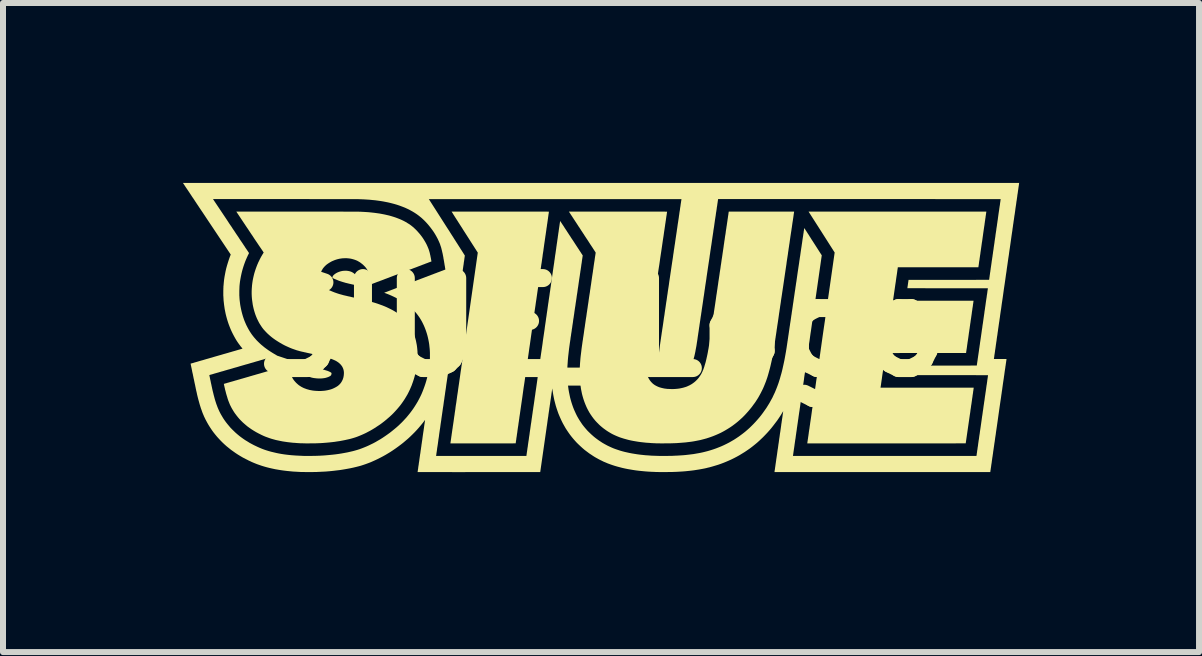
<source format=kicad_pcb>
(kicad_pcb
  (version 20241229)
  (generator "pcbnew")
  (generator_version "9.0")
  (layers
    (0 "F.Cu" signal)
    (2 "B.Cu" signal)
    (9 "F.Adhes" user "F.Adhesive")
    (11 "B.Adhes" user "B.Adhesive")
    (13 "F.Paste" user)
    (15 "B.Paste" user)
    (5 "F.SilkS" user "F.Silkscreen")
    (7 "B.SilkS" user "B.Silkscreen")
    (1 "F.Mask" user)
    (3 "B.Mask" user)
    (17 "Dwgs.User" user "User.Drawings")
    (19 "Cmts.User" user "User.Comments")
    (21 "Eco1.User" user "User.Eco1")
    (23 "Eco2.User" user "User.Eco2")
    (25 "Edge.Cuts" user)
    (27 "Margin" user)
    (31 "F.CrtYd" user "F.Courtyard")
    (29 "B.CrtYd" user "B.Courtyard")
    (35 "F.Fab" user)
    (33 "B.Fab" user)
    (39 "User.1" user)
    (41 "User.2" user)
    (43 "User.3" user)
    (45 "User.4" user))
  (footprint "SIUE_Logo"
    (layer "F.Cu")
    (at 6.966 2.408)
    (property "Reference" "SIUE_Logo" (at 0 0 0) (layer "F.SilkS") (effects (font (size 1.5 1.5) (thickness 0.3))))
    (attr board_only exclude_from_pos_files exclude_from_bom)
    (fp_poly (pts (xy -5.002 0.615) (xy -5 0.615) (xy -4.997 0.616) (xy -4.993 0.617) (xy -4.988 0.618) (xy -4.982 0.619) (xy -4.975 0.621) (xy -4.967 0.623) (xy -4.959 0.624) (xy -4.951 0.626) (xy -4.945 0.628) (xy -4.911 0.635) (xy -4.879 0.642) (xy -4.848 0.649) (xy -4.818 0.656) (xy -4.79 0.663) (xy -4.763 0.669) (xy -4.737 0.675) (xy -4.712 0.681) (xy -4.689 0.687) (xy -4.668 0.693) (xy -4.647 0.698) (xy -4.628 0.703) (xy -4.611 0.708) (xy -4.595 0.713) (xy -4.58 0.718) (xy -4.566 0.722) (xy -4.559 0.724) (xy -4.546 0.729) (xy -4.534 0.734) (xy -4.523 0.739) (xy -4.513 0.744) (xy -4.504 0.749) (xy -4.495 0.755) (xy -4.495 0.755) (xy -4.493 0.757) (xy -4.491 0.759) (xy -4.489 0.761) (xy -4.489 0.763) (xy -4.489 0.765) (xy -4.489 0.769) (xy -4.489 0.771) (xy -4.49 0.779) (xy -4.492 0.785) (xy -4.493 0.791) (xy -4.495 0.796) (xy -4.498 0.8) (xy -4.502 0.804) (xy -4.506 0.808) (xy -4.512 0.812) (xy -4.519 0.816) (xy -4.525 0.819) (xy -4.541 0.827) (xy -4.558 0.833) (xy -4.577 0.839) (xy -4.596 0.844) (xy -4.616 0.847) (xy -4.638 0.85) (xy -4.651 0.851) (xy -4.654 0.851) (xy -4.658 0.852) (xy -4.664 0.852) (xy -4.669 0.852) (xy -4.676 0.852) (xy -4.682 0.852) (xy -4.689 0.852) (xy -4.695 0.852) (xy -4.7 0.852) (xy -4.705 0.852) (xy -4.708 0.852) (xy -4.71 0.852) (xy -4.73 0.851) (xy -4.749 0.849) (xy -4.767 0.847) (xy -4.783 0.845) (xy -4.799 0.842) (xy -4.814 0.839) (xy -4.829 0.835) (xy -4.843 0.83) (xy -4.856 0.826) (xy -4.87 0.82) (xy -4.875 0.817) (xy -4.889 0.81) (xy -4.902 0.802) (xy -4.915 0.793) (xy -4.927 0.783) (xy -4.937 0.773) (xy -4.947 0.762) (xy -4.954 0.751) (xy -4.958 0.745) (xy -4.962 0.738) (xy -4.966 0.729) (xy -4.97 0.72) (xy -4.974 0.709) (xy -4.979 0.698) (xy -4.983 0.686) (xy -4.987 0.673) (xy -4.991 0.66) (xy -4.995 0.646) (xy -4.999 0.632) (xy -4.999 0.631) (xy -5 0.627) (xy -5.001 0.623) (xy -5.002 0.619) (xy -5.002 0.617) (xy -5.003 0.615) (xy -5.003 0.615)) (stroke (width 0) (type solid)) (fill yes) (layer "F.SilkS"))
    (fp_poly (pts (xy -4.249 -0.944) (xy -4.243 -0.944) (xy -4.237 -0.944) (xy -4.232 -0.943) (xy -4.229 -0.943) (xy -4.215 -0.941) (xy -4.202 -0.939) (xy -4.189 -0.936) (xy -4.178 -0.933) (xy -4.167 -0.929) (xy -4.156 -0.925) (xy -4.146 -0.92) (xy -4.134 -0.913) (xy -4.123 -0.906) (xy -4.112 -0.898) (xy -4.102 -0.889) (xy -4.092 -0.88) (xy -4.084 -0.871) (xy -4.076 -0.862) (xy -4.075 -0.86) (xy -4.068 -0.849) (xy -4.061 -0.836) (xy -4.055 -0.823) (xy -4.049 -0.807) (xy -4.043 -0.791) (xy -4.038 -0.773) (xy -4.033 -0.755) (xy -4.029 -0.734) (xy -4.026 -0.713) (xy -4.023 -0.697) (xy -4.023 -0.693) (xy -4.023 -0.691) (xy -4.023 -0.69) (xy -4.023 -0.69) (xy -4.024 -0.69) (xy -4.024 -0.69) (xy -4.025 -0.69) (xy -4.027 -0.69) (xy -4.03 -0.691) (xy -4.035 -0.692) (xy -4.04 -0.693) (xy -4.047 -0.695) (xy -4.054 -0.696) (xy -4.062 -0.698) (xy -4.071 -0.7) (xy -4.081 -0.702) (xy -4.091 -0.705) (xy -4.102 -0.707) (xy -4.113 -0.71) (xy -4.123 -0.712) (xy -4.138 -0.715) (xy -4.151 -0.718) (xy -4.164 -0.721) (xy -4.175 -0.724) (xy -4.186 -0.726) (xy -4.195 -0.728) (xy -4.203 -0.73) (xy -4.211 -0.732) (xy -4.218 -0.734) (xy -4.224 -0.735) (xy -4.23 -0.737) (xy -4.235 -0.738) (xy -4.24 -0.739) (xy -4.244 -0.74) (xy -4.248 -0.741) (xy -4.252 -0.742) (xy -4.256 -0.743) (xy -4.26 -0.744) (xy -4.262 -0.745) (xy -4.297 -0.755) (xy -4.332 -0.766) (xy -4.367 -0.778) (xy -4.401 -0.792) (xy -4.434 -0.806) (xy -4.434 -0.806) (xy -4.442 -0.809) (xy -4.45 -0.813) (xy -4.456 -0.816) (xy -4.462 -0.819) (xy -4.467 -0.823) (xy -4.468 -0.824) (xy -4.471 -0.826) (xy -4.473 -0.827) (xy -4.475 -0.829) (xy -4.475 -0.83) (xy -4.475 -0.833) (xy -4.474 -0.836) (xy -4.474 -0.838) (xy -4.471 -0.846) (xy -4.467 -0.854) (xy -4.462 -0.862) (xy -4.455 -0.87) (xy -4.447 -0.878) (xy -4.437 -0.886) (xy -4.426 -0.894) (xy -4.414 -0.902) (xy -4.401 -0.909) (xy -4.383 -0.918) (xy -4.364 -0.925) (xy -4.345 -0.932) (xy -4.325 -0.937) (xy -4.305 -0.941) (xy -4.288 -0.943) (xy -4.283 -0.943) (xy -4.277 -0.943) (xy -4.271 -0.944) (xy -4.264 -0.944) (xy -4.256 -0.944)) (stroke (width 0) (type solid)) (fill yes) (layer "F.SilkS"))
    (fp_poly (pts (xy -1.608 -1.93) (xy -1.575 -1.93) (xy -1.543 -1.93) (xy -1.51 -1.93) (xy -1.479 -1.93) (xy -1.447 -1.93) (xy -1.417 -1.93) (xy -1.386 -1.93) (xy -1.357 -1.93) (xy -1.328 -1.93) (xy -1.299 -1.93) (xy -1.272 -1.93) (xy -1.244 -1.93) (xy -1.218 -1.93) (xy -1.192 -1.93) (xy -1.167 -1.93) (xy -1.143 -1.93) (xy -1.12 -1.93) (xy -1.097 -1.93) (xy -1.076 -1.93) (xy -1.055 -1.93) (xy -1.035 -1.93) (xy -1.016 -1.93) (xy -0.998 -1.93) (xy -0.981 -1.93) (xy -0.965 -1.93) (xy -0.95 -1.93) (xy -0.936 -1.93) (xy -0.924 -1.93) (xy -0.912 -1.93) (xy -0.902 -1.93) (xy -0.893 -1.93) (xy -0.885 -1.929) (xy -0.878 -1.929) (xy -0.872 -1.929) (xy -0.868 -1.929) (xy -0.865 -1.929) (xy -0.864 -1.929) (xy -0.864 -1.929) (xy -0.864 -1.929) (xy -0.864 -1.929) (xy -0.864 -1.928) (xy -0.864 -1.926) (xy -0.865 -1.924) (xy -0.865 -1.922) (xy -0.865 -1.92) (xy -0.866 -1.916) (xy -0.866 -1.913) (xy -0.867 -1.909) (xy -0.867 -1.904) (xy -0.868 -1.899) (xy -0.869 -1.894) (xy -0.87 -1.888) (xy -0.871 -1.881) (xy -0.872 -1.874) (xy -0.873 -1.867) (xy -0.874 -1.858) (xy -0.875 -1.85) (xy -0.877 -1.841) (xy -0.878 -1.831) (xy -0.879 -1.82) (xy -0.881 -1.809) (xy -0.883 -1.797) (xy -0.884 -1.785) (xy -0.886 -1.772) (xy -0.888 -1.759) (xy -0.89 -1.745) (xy -0.892 -1.73) (xy -0.895 -1.714) (xy -0.897 -1.698) (xy -0.899 -1.681) (xy -0.902 -1.663) (xy -0.905 -1.645) (xy -0.907 -1.626) (xy -0.91 -1.606) (xy -0.913 -1.585) (xy -0.916 -1.564) (xy -0.919 -1.542) (xy -0.923 -1.519) (xy -0.926 -1.495) (xy -0.93 -1.471) (xy -0.933 -1.446) (xy -0.937 -1.42) (xy -0.941 -1.393) (xy -0.945 -1.365) (xy -0.949 -1.336) (xy -0.953 -1.307) (xy -0.957 -1.276) (xy -0.962 -1.245) (xy -0.967 -1.213) (xy -0.971 -1.18) (xy -0.976 -1.146) (xy -0.981 -1.111) (xy -0.986 -1.075) (xy -0.992 -1.039) (xy -0.997 -1.001) (xy -1.003 -0.962) (xy -1.008 -0.923) (xy -1.014 -0.882) (xy -1.02 -0.84) (xy -1.026 -0.798) (xy -1.032 -0.754) (xy -1.039 -0.709) (xy -1.045 -0.664) (xy -1.052 -0.617) (xy -1.059 -0.569) (xy -1.066 -0.52) (xy -1.073 -0.47) (xy -1.081 -0.419) (xy -1.088 -0.367) (xy -1.096 -0.314) (xy -1.104 -0.259) (xy -1.111 -0.204) (xy -1.12 -0.147) (xy -1.128 -0.089) (xy -1.136 -0.03) (xy -1.145 0.03) (xy -1.154 0.091) (xy -1.163 0.154) (xy -1.172 0.218) (xy -1.181 0.283) (xy -1.191 0.349) (xy -1.2 0.416) (xy -1.21 0.485) (xy -1.22 0.555) (xy -1.231 0.626) (xy -1.241 0.699) (xy -1.252 0.772) (xy -1.262 0.847) (xy -1.273 0.924) (xy -1.285 1.001) (xy -1.296 1.08) (xy -1.307 1.161) (xy -1.319 1.243) (xy -1.331 1.326) (xy -1.343 1.41) (xy -1.348 1.445) (xy -1.352 1.471) (xy -1.356 1.497) (xy -1.359 1.522) (xy -1.363 1.547) (xy -1.366 1.571) (xy -1.37 1.595) (xy -1.373 1.619) (xy -1.376 1.641) (xy -1.38 1.664) (xy -1.383 1.685) (xy -1.386 1.706) (xy -1.389 1.727) (xy -1.391 1.746) (xy -1.394 1.765) (xy -1.397 1.783) (xy -1.399 1.8) (xy -1.401 1.816) (xy -1.404 1.832) (xy -1.406 1.846) (xy -1.408 1.86) (xy -1.409 1.872) (xy -1.411 1.884) (xy -1.413 1.894) (xy -1.414 1.903) (xy -1.415 1.911) (xy -1.416 1.918) (xy -1.417 1.924) (xy -1.417 1.928) (xy -1.418 1.932) (xy -1.418 1.933) (xy -1.418 1.934) (xy -1.418 1.934) (xy -1.419 1.934) (xy -1.42 1.934) (xy -1.421 1.934) (xy -1.422 1.934) (xy -1.424 1.934) (xy -1.426 1.934) (xy -1.429 1.934) (xy -1.433 1.934) (xy -1.436 1.934) (xy -1.441 1.934) (xy -1.446 1.934) (xy -1.451 1.934) (xy -1.457 1.934) (xy -1.464 1.935) (xy -1.472 1.935) (xy -1.48 1.935) (xy -1.489 1.935) (xy -1.498 1.935) (xy -1.509 1.935) (xy -1.52 1.935) (xy -1.532 1.935) (xy -1.545 1.935) (xy -1.559 1.935) (xy -1.574 1.935) (xy -1.59 1.935) (xy -1.607 1.935) (xy -1.625 1.935) (xy -1.644 1.935) (xy -1.664 1.935) (xy -1.685 1.935) (xy -1.707 1.935) (xy -1.73 1.935) (xy -1.755 1.935) (xy -1.78 1.935) (xy -1.807 1.935) (xy -1.836 1.935) (xy -1.865 1.935) (xy -1.896 1.935) (xy -1.928 1.935) (xy -1.962 1.935) (xy -1.963 1.935) (xy -2.507 1.935) (xy -2.507 1.933) (xy -2.506 1.933) (xy -2.506 1.93) (xy -2.506 1.927) (xy -2.505 1.922) (xy -2.504 1.916) (xy -2.503 1.909) (xy -2.502 1.9) (xy -2.5 1.89) (xy -2.499 1.879) (xy -2.497 1.867) (xy -2.495 1.853) (xy -2.493 1.839) (xy -2.491 1.823) (xy -2.488 1.806) (xy -2.486 1.788) (xy -2.483 1.768) (xy -2.48 1.748) (xy -2.477 1.727) (xy -2.474 1.704) (xy -2.47 1.681) (xy -2.467 1.657) (xy -2.463 1.631) (xy -2.459 1.605) (xy -2.455 1.578) (xy -2.451 1.55) (xy -2.447 1.52) (xy -2.443 1.491) (xy -2.438 1.46) (xy -2.434 1.428) (xy -2.429 1.396) (xy -2.424 1.362) (xy -2.42 1.328) (xy -2.415 1.293) (xy -2.409 1.258) (xy -2.404 1.221) (xy -2.399 1.184) (xy -2.394 1.147) (xy -2.388 1.108) (xy -2.382 1.069) (xy -2.377 1.03) (xy -2.371 0.989) (xy -2.365 0.949) (xy -2.359 0.907) (xy -2.353 0.865) (xy -2.347 0.823) (xy -2.341 0.78) (xy -2.335 0.736) (xy -2.328 0.692) (xy -2.322 0.648) (xy -2.315 0.603) (xy -2.309 0.558) (xy -2.302 0.512) (xy -2.296 0.466) (xy -2.289 0.419) (xy -2.282 0.373) (xy -2.278 0.343) (xy -2.05 -1.246) (xy -2.268 -1.587) (xy -2.281 -1.607) (xy -2.294 -1.627) (xy -2.306 -1.647) (xy -2.318 -1.666) (xy -2.33 -1.684) (xy -2.342 -1.703) (xy -2.353 -1.72) (xy -2.364 -1.738) (xy -2.375 -1.754) (xy -2.385 -1.771) (xy -2.395 -1.786) (xy -2.405 -1.801) (xy -2.414 -1.816) (xy -2.423 -1.829) (xy -2.431 -1.842) (xy -2.439 -1.854) (xy -2.446 -1.866) (xy -2.453 -1.876) (xy -2.459 -1.886) (xy -2.464 -1.895) (xy -2.469 -1.903) (xy -2.474 -1.91) (xy -2.478 -1.916) (xy -2.481 -1.921) (xy -2.483 -1.924) (xy -2.485 -1.927) (xy -2.486 -1.929) (xy -2.486 -1.93) (xy -2.486 -1.93) (xy -2.484 -1.93) (xy -2.48 -1.93) (xy -2.476 -1.93) (xy -2.47 -1.93) (xy -2.462 -1.93) (xy -2.454 -1.93) (xy -2.444 -1.93) (xy -2.433 -1.93) (xy -2.421 -1.93) (xy -2.408 -1.93) (xy -2.394 -1.93) (xy -2.378 -1.93) (xy -2.362 -1.93) (xy -2.344 -1.93) (xy -2.326 -1.93) (xy -2.307 -1.93) (xy -2.286 -1.93) (xy -2.265 -1.93) (xy -2.243 -1.93) (xy -2.22 -1.93) (xy -2.196 -1.93) (xy -2.172 -1.93) (xy -2.147 -1.93) (xy -2.121 -1.93) (xy -2.094 -1.93) (xy -2.066 -1.93) (xy -2.038 -1.93) (xy -2.01 -1.93) (xy -1.98 -1.93) (xy -1.95 -1.93) (xy -1.92 -1.93) (xy -1.889 -1.93) (xy -1.858 -1.93) (xy -1.826 -1.93) (xy -1.793 -1.93) (xy -1.761 -1.93) (xy -1.727 -1.93) (xy -1.694 -1.93) (xy -1.675 -1.93) (xy -1.641 -1.93)) (stroke (width 0) (type solid)) (fill yes) (layer "F.SilkS"))
    (fp_poly (pts (xy 5.663 -1.93) (xy 5.7 -1.93) (xy 5.736 -1.93) (xy 5.772 -1.93) (xy 5.807 -1.93) (xy 5.842 -1.93) (xy 5.875 -1.93) (xy 5.908 -1.93) (xy 5.94 -1.93) (xy 5.971 -1.93) (xy 6.002 -1.93) (xy 6.031 -1.93) (xy 6.06 -1.93) (xy 6.087 -1.93) (xy 6.114 -1.93) (xy 6.14 -1.93) (xy 6.165 -1.93) (xy 6.189 -1.93) (xy 6.212 -1.93) (xy 6.233 -1.93) (xy 6.254 -1.93) (xy 6.274 -1.93) (xy 6.293 -1.93) (xy 6.31 -1.93) (xy 6.327 -1.93) (xy 6.342 -1.93) (xy 6.356 -1.93) (xy 6.369 -1.93) (xy 6.381 -1.93) (xy 6.391 -1.93) (xy 6.401 -1.93) (xy 6.409 -1.93) (xy 6.415 -1.93) (xy 6.421 -1.93) (xy 6.425 -1.93) (xy 6.427 -1.93) (xy 6.429 -1.93) (xy 6.429 -1.93) (xy 6.429 -1.929) (xy 6.428 -1.927) (xy 6.428 -1.923) (xy 6.427 -1.919) (xy 6.427 -1.913) (xy 6.426 -1.906) (xy 6.424 -1.898) (xy 6.423 -1.889) (xy 6.422 -1.879) (xy 6.42 -1.867) (xy 6.418 -1.855) (xy 6.416 -1.842) (xy 6.415 -1.828) (xy 6.412 -1.814) (xy 6.41 -1.798) (xy 6.408 -1.782) (xy 6.405 -1.765) (xy 6.403 -1.747) (xy 6.4 -1.729) (xy 6.398 -1.71) (xy 6.395 -1.691) (xy 6.392 -1.672) (xy 6.389 -1.651) (xy 6.386 -1.631) (xy 6.383 -1.61) (xy 6.38 -1.589) (xy 6.377 -1.568) (xy 6.374 -1.546) (xy 6.371 -1.524) (xy 6.368 -1.503) (xy 6.365 -1.481) (xy 6.362 -1.459) (xy 6.359 -1.437) (xy 6.355 -1.415) (xy 6.352 -1.393) (xy 6.349 -1.372) (xy 6.346 -1.35) (xy 6.343 -1.329) (xy 6.34 -1.308) (xy 6.337 -1.287) (xy 6.334 -1.267) (xy 6.331 -1.247) (xy 6.329 -1.228) (xy 6.326 -1.209) (xy 6.323 -1.191) (xy 6.321 -1.173) (xy 6.318 -1.156) (xy 6.316 -1.139) (xy 6.314 -1.124) (xy 6.311 -1.109) (xy 6.309 -1.095) (xy 6.307 -1.081) (xy 6.306 -1.069) (xy 6.304 -1.057) (xy 6.303 -1.047) (xy 6.301 -1.037) (xy 6.3 -1.029) (xy 6.299 -1.022) (xy 6.298 -1.016) (xy 6.297 -1.011) (xy 6.297 -1.007) (xy 6.296 -1.004) (xy 6.296 -1.003) (xy 6.296 -1.003) (xy 6.296 -1.002) (xy 5.625 -1.002) (xy 5.594 -1.002) (xy 5.564 -1.002) (xy 5.534 -1.002) (xy 5.504 -1.002) (xy 5.475 -1.002) (xy 5.447 -1.002) (xy 5.418 -1.002) (xy 5.391 -1.002) (xy 5.364 -1.002) (xy 5.337 -1.002) (xy 5.311 -1.002) (xy 5.286 -1.002) (xy 5.262 -1.002) (xy 5.238 -1.002) (xy 5.215 -1.002) (xy 5.192 -1.002) (xy 5.171 -1.002) (xy 5.15 -1.002) (xy 5.13 -1.002) (xy 5.111 -1.002) (xy 5.093 -1.002) (xy 5.076 -1.002) (xy 5.06 -1.002) (xy 5.045 -1.002) (xy 5.031 -1.002) (xy 5.018 -1.002) (xy 5.006 -1.002) (xy 4.995 -1.002) (xy 4.986 -1.002) (xy 4.977 -1.002) (xy 4.97 -1.002) (xy 4.964 -1.002) (xy 4.959 -1.002) (xy 4.956 -1.002) (xy 4.954 -1.002) (xy 4.953 -1.002) (xy 4.953 -1.001) (xy 4.953 -0.999) (xy 4.952 -0.995) (xy 4.952 -0.991) (xy 4.951 -0.985) (xy 4.95 -0.978) (xy 4.949 -0.97) (xy 4.947 -0.961) (xy 4.946 -0.951) (xy 4.944 -0.94) (xy 4.943 -0.928) (xy 4.941 -0.915) (xy 4.939 -0.901) (xy 4.937 -0.887) (xy 4.935 -0.872) (xy 4.932 -0.856) (xy 4.93 -0.839) (xy 4.927 -0.822) (xy 4.925 -0.804) (xy 4.922 -0.786) (xy 4.92 -0.767) (xy 4.917 -0.748) (xy 4.914 -0.729) (xy 4.913 -0.723) (xy 4.873 -0.444) (xy 5.544 -0.444) (xy 6.215 -0.444) (xy 6.215 -0.442) (xy 6.215 -0.441) (xy 6.215 -0.439) (xy 6.215 -0.436) (xy 6.214 -0.431) (xy 6.213 -0.425) (xy 6.212 -0.418) (xy 6.211 -0.41) (xy 6.21 -0.4) (xy 6.208 -0.39) (xy 6.206 -0.378) (xy 6.205 -0.365) (xy 6.203 -0.352) (xy 6.201 -0.337) (xy 6.198 -0.322) (xy 6.196 -0.306) (xy 6.194 -0.289) (xy 6.191 -0.271) (xy 6.188 -0.252) (xy 6.186 -0.233) (xy 6.183 -0.213) (xy 6.18 -0.192) (xy 6.177 -0.171) (xy 6.174 -0.149) (xy 6.17 -0.126) (xy 6.167 -0.104) (xy 6.164 -0.08) (xy 6.16 -0.057) (xy 6.157 -0.032) (xy 6.153 -0.008) (xy 6.153 -0.006) (xy 6.15 0.018) (xy 6.146 0.042) (xy 6.143 0.066) (xy 6.139 0.089) (xy 6.136 0.112) (xy 6.133 0.135) (xy 6.13 0.156) (xy 6.127 0.178) (xy 6.124 0.198) (xy 6.121 0.218) (xy 6.118 0.238) (xy 6.115 0.256) (xy 6.113 0.274) (xy 6.11 0.291) (xy 6.108 0.308) (xy 6.106 0.323) (xy 6.104 0.338) (xy 6.102 0.351) (xy 6.1 0.364) (xy 6.098 0.375) (xy 6.097 0.386) (xy 6.095 0.395) (xy 6.094 0.404) (xy 6.093 0.411) (xy 6.092 0.417) (xy 6.092 0.422) (xy 6.091 0.425) (xy 6.091 0.427) (xy 6.091 0.428) (xy 6.091 0.428) (xy 6.09 0.428) (xy 6.088 0.428) (xy 6.085 0.428) (xy 6.08 0.428) (xy 6.074 0.428) (xy 6.067 0.428) (xy 6.058 0.428) (xy 6.049 0.428) (xy 6.038 0.428) (xy 6.026 0.428) (xy 6.013 0.428) (xy 5.999 0.428) (xy 5.984 0.428) (xy 5.967 0.428) (xy 5.95 0.428) (xy 5.932 0.428) (xy 5.913 0.428) (xy 5.893 0.428) (xy 5.873 0.428) (xy 5.851 0.428) (xy 5.829 0.428) (xy 5.806 0.428) (xy 5.782 0.428) (xy 5.757 0.428) (xy 5.732 0.428) (xy 5.706 0.428) (xy 5.68 0.428) (xy 5.653 0.428) (xy 5.625 0.428) (xy 5.597 0.428) (xy 5.568 0.428) (xy 5.539 0.428) (xy 5.51 0.428) (xy 5.48 0.428) (xy 5.45 0.428) (xy 5.419 0.428) (xy 5.381 0.428) (xy 5.345 0.428) (xy 5.309 0.428) (xy 5.275 0.428) (xy 5.243 0.428) (xy 5.211 0.428) (xy 5.181 0.428) (xy 5.152 0.428) (xy 5.124 0.428) (xy 5.098 0.428) (xy 5.072 0.428) (xy 5.048 0.428) (xy 5.025 0.428) (xy 5.003 0.428) (xy 4.982 0.428) (xy 4.963 0.429) (xy 4.944 0.429) (xy 4.926 0.429) (xy 4.909 0.429) (xy 4.894 0.429) (xy 4.879 0.429) (xy 4.865 0.429) (xy 4.852 0.429) (xy 4.84 0.429) (xy 4.829 0.429) (xy 4.818 0.429) (xy 4.809 0.429) (xy 4.8 0.429) (xy 4.792 0.429) (xy 4.785 0.429) (xy 4.778 0.429) (xy 4.772 0.429) (xy 4.767 0.429) (xy 4.763 0.429) (xy 4.759 0.429) (xy 4.756 0.429) (xy 4.753 0.429) (xy 4.751 0.429) (xy 4.749 0.429) (xy 4.748 0.429) (xy 4.748 0.429) (xy 4.748 0.429) (xy 4.748 0.43) (xy 4.747 0.432) (xy 4.747 0.435) (xy 4.746 0.44) (xy 4.745 0.446) (xy 4.744 0.453) (xy 4.743 0.461) (xy 4.742 0.47) (xy 4.74 0.48) (xy 4.739 0.492) (xy 4.737 0.504) (xy 4.735 0.517) (xy 4.733 0.53) (xy 4.731 0.545) (xy 4.729 0.56) (xy 4.727 0.576) (xy 4.724 0.593) (xy 4.722 0.61) (xy 4.719 0.628) (xy 4.717 0.647) (xy 4.714 0.665) (xy 4.711 0.685) (xy 4.708 0.704) (xy 4.707 0.716) (xy 4.704 0.736) (xy 4.701 0.755) (xy 4.698 0.775) (xy 4.695 0.793) (xy 4.693 0.811) (xy 4.69 0.829) (xy 4.688 0.846) (xy 4.686 0.863) (xy 4.683 0.878) (xy 4.681 0.894) (xy 4.679 0.908) (xy 4.677 0.921) (xy 4.675 0.934) (xy 4.674 0.946) (xy 4.672 0.957) (xy 4.671 0.966) (xy 4.669 0.975) (xy 4.668 0.983) (xy 4.667 0.99) (xy 4.666 0.995) (xy 4.666 0.999) (xy 4.665 1.002) (xy 4.665 1.004) (xy 4.665 1.004) (xy 4.665 1.006) (xy 5.441 1.006) (xy 5.474 1.006) (xy 5.507 1.006) (xy 5.539 1.006) (xy 5.571 1.006) (xy 5.603 1.006) (xy 5.634 1.006) (xy 5.664 1.006) (xy 5.694 1.006) (xy 5.723 1.006) (xy 5.752 1.006) (xy 5.781 1.006) (xy 5.808 1.006) (xy 5.835 1.006) (xy 5.862 1.006) (xy 5.887 1.006) (xy 5.912 1.006) (xy 5.936 1.006) (xy 5.96 1.006) (xy 5.982 1.006) (xy 6.004 1.006) (xy 6.025 1.006) (xy 6.045 1.006) (xy 6.064 1.006) (xy 6.082 1.006) (xy 6.099 1.006) (xy 6.115 1.006) (xy 6.13 1.006) (xy 6.144 1.006) (xy 6.157 1.006) (xy 6.168 1.006) (xy 6.179 1.006) (xy 6.188 1.006) (xy 6.196 1.006) (xy 6.203 1.006) (xy 6.209 1.006) (xy 6.213 1.006) (xy 6.216 1.006) (xy 6.218 1.006) (xy 6.218 1.006) (xy 6.218 1.007) (xy 6.218 1.009) (xy 6.218 1.013) (xy 6.217 1.017) (xy 6.216 1.023) (xy 6.215 1.03) (xy 6.214 1.039) (xy 6.213 1.048) (xy 6.211 1.058) (xy 6.209 1.07) (xy 6.208 1.083) (xy 6.206 1.096) (xy 6.204 1.111) (xy 6.201 1.126) (xy 6.199 1.143) (xy 6.197 1.16) (xy 6.194 1.178) (xy 6.191 1.197) (xy 6.189 1.216) (xy 6.186 1.236) (xy 6.183 1.257) (xy 6.18 1.279) (xy 6.176 1.301) (xy 6.173 1.324) (xy 6.17 1.347) (xy 6.166 1.37) (xy 6.163 1.395) (xy 6.16 1.419) (xy 6.156 1.444) (xy 6.152 1.469) (xy 6.152 1.471) (xy 6.085 1.934) (xy 4.764 1.935) (xy 3.443 1.935) (xy 3.444 1.933) (xy 3.444 1.932) (xy 3.444 1.93) (xy 3.445 1.926) (xy 3.445 1.921) (xy 3.446 1.915) (xy 3.447 1.908) (xy 3.448 1.9) (xy 3.45 1.89) (xy 3.451 1.879) (xy 3.453 1.867) (xy 3.455 1.854) (xy 3.457 1.84) (xy 3.459 1.824) (xy 3.462 1.808) (xy 3.464 1.791) (xy 3.467 1.772) (xy 3.469 1.753) (xy 3.472 1.733) (xy 3.475 1.712) (xy 3.479 1.69) (xy 3.482 1.667) (xy 3.485 1.644) (xy 3.489 1.62) (xy 3.492 1.595) (xy 3.496 1.569) (xy 3.5 1.542) (xy 3.504 1.515) (xy 3.508 1.487) (xy 3.512 1.459) (xy 3.516 1.43) (xy 3.52 1.4) (xy 3.524 1.37) (xy 3.529 1.34) (xy 3.533 1.309) (xy 3.538 1.277) (xy 3.542 1.245) (xy 3.547 1.213) (xy 3.552 1.18) (xy 3.556 1.147) (xy 3.558 1.138) (xy 3.563 1.1) (xy 3.569 1.06) (xy 3.575 1.019) (xy 3.581 0.977) (xy 3.587 0.934) (xy 3.593 0.89) (xy 3.6 0.845) (xy 3.606 0.8) (xy 3.613 0.753) (xy 3.62 0.706) (xy 3.627 0.658) (xy 3.634 0.61) (xy 3.641 0.561) (xy 3.648 0.512) (xy 3.655 0.463) (xy 3.662 0.413) (xy 3.669 0.363) (xy 3.676 0.314) (xy 3.683 0.264) (xy 3.69 0.215) (xy 3.697 0.165) (xy 3.704 0.116) (xy 3.711 0.068) (xy 3.718 0.019) (xy 3.725 -0.028) (xy 3.732 -0.076) (xy 3.739 -0.122) (xy 3.745 -0.168) (xy 3.752 -0.213) (xy 3.758 -0.257) (xy 3.764 -0.3) (xy 3.77 -0.341) (xy 3.776 -0.382) (xy 3.782 -0.422) (xy 3.786 -0.451) (xy 3.9 -1.248) (xy 3.683 -1.589) (xy 3.465 -1.93) (xy 4.947 -1.93) (xy 4.992 -1.93) (xy 5.038 -1.93) (xy 5.083 -1.93) (xy 5.127 -1.93) (xy 5.171 -1.93) (xy 5.215 -1.93) (xy 5.258 -1.93) (xy 5.301 -1.93) (xy 5.343 -1.93) (xy 5.385 -1.93) (xy 5.427 -1.93) (xy 5.467 -1.93) (xy 5.508 -1.93) (xy 5.547 -1.93) (xy 5.586 -1.93) (xy 5.625 -1.93)) (stroke (width 0) (type solid)) (fill yes) (layer "F.SilkS"))
    (fp_poly (pts (xy 0.37 -1.93) (xy 0.409 -1.93) (xy 0.446 -1.93) (xy 0.483 -1.93) (xy 0.518 -1.93) (xy 0.552 -1.93) (xy 0.584 -1.93) (xy 0.615 -1.93) (xy 0.645 -1.93) (xy 0.674 -1.93) (xy 0.702 -1.93) (xy 0.729 -1.93) (xy 0.754 -1.93) (xy 0.778 -1.93) (xy 0.802 -1.93) (xy 0.824 -1.93) (xy 0.845 -1.93) (xy 0.865 -1.93) (xy 0.885 -1.93) (xy 0.903 -1.93) (xy 0.92 -1.93) (xy 0.936 -1.93) (xy 0.952 -1.93) (xy 0.966 -1.93) (xy 0.98 -1.93) (xy 0.993 -1.93) (xy 1.005 -1.93) (xy 1.016 -1.93) (xy 1.027 -1.93) (xy 1.036 -1.93) (xy 1.045 -1.93) (xy 1.053 -1.93) (xy 1.061 -1.93) (xy 1.068 -1.93) (xy 1.074 -1.929) (xy 1.08 -1.929) (xy 1.085 -1.929) (xy 1.089 -1.929) (xy 1.093 -1.929) (xy 1.096 -1.929) (xy 1.099 -1.929) (xy 1.101 -1.929) (xy 1.103 -1.929) (xy 1.104 -1.929) (xy 1.105 -1.929) (xy 1.106 -1.929) (xy 1.106 -1.929) (xy 1.106 -1.928) (xy 1.106 -1.926) (xy 1.105 -1.923) (xy 1.104 -1.918) (xy 1.104 -1.912) (xy 1.103 -1.905) (xy 1.101 -1.897) (xy 1.1 -1.888) (xy 1.099 -1.878) (xy 1.097 -1.867) (xy 1.095 -1.855) (xy 1.093 -1.842) (xy 1.091 -1.828) (xy 1.089 -1.814) (xy 1.087 -1.799) (xy 1.085 -1.783) (xy 1.082 -1.766) (xy 1.08 -1.749) (xy 1.077 -1.731) (xy 1.074 -1.713) (xy 1.072 -1.695) (xy 1.069 -1.676) (xy 1.066 -1.656) (xy 1.066 -1.655) (xy 1.056 -1.589) (xy 1.047 -1.524) (xy 1.037 -1.461) (xy 1.028 -1.398) (xy 1.019 -1.336) (xy 1.01 -1.275) (xy 1.001 -1.216) (xy 0.992 -1.157) (xy 0.984 -1.099) (xy 0.976 -1.043) (xy 0.967 -0.987) (xy 0.959 -0.933) (xy 0.952 -0.88) (xy 0.944 -0.828) (xy 0.936 -0.777) (xy 0.929 -0.727) (xy 0.922 -0.678) (xy 0.915 -0.63) (xy 0.908 -0.583) (xy 0.901 -0.538) (xy 0.895 -0.493) (xy 0.888 -0.45) (xy 0.882 -0.408) (xy 0.876 -0.367) (xy 0.87 -0.327) (xy 0.865 -0.289) (xy 0.859 -0.251) (xy 0.854 -0.215) (xy 0.849 -0.18) (xy 0.844 -0.146) (xy 0.839 -0.114) (xy 0.834 -0.083) (xy 0.83 -0.052) (xy 0.825 -0.023) (xy 0.821 0.004) (xy 0.817 0.031) (xy 0.814 0.056) (xy 0.81 0.08) (xy 0.807 0.102) (xy 0.804 0.124) (xy 0.801 0.144) (xy 0.798 0.163) (xy 0.795 0.18) (xy 0.793 0.196) (xy 0.791 0.211) (xy 0.789 0.225) (xy 0.787 0.237) (xy 0.786 0.248) (xy 0.784 0.258) (xy 0.783 0.266) (xy 0.782 0.273) (xy 0.781 0.278) (xy 0.78 0.283) (xy 0.78 0.285) (xy 0.78 0.287) (xy 0.775 0.323) (xy 0.771 0.357) (xy 0.767 0.391) (xy 0.764 0.424) (xy 0.761 0.457) (xy 0.758 0.488) (xy 0.756 0.52) (xy 0.755 0.537) (xy 0.755 0.543) (xy 0.755 0.55) (xy 0.755 0.557) (xy 0.754 0.566) (xy 0.754 0.575) (xy 0.754 0.585) (xy 0.754 0.594) (xy 0.754 0.604) (xy 0.754 0.613) (xy 0.754 0.622) (xy 0.754 0.63) (xy 0.754 0.637) (xy 0.754 0.644) (xy 0.755 0.648) (xy 0.756 0.67) (xy 0.757 0.691) (xy 0.759 0.71) (xy 0.761 0.729) (xy 0.764 0.746) (xy 0.767 0.762) (xy 0.771 0.778) (xy 0.775 0.792) (xy 0.777 0.799) (xy 0.782 0.814) (xy 0.788 0.829) (xy 0.795 0.843) (xy 0.803 0.858) (xy 0.811 0.871) (xy 0.816 0.879) (xy 0.828 0.895) (xy 0.841 0.911) (xy 0.855 0.925) (xy 0.869 0.939) (xy 0.885 0.951) (xy 0.902 0.963) (xy 0.92 0.973) (xy 0.936 0.981) (xy 0.955 0.99) (xy 0.975 0.998) (xy 0.995 1.004) (xy 1.017 1.01) (xy 1.039 1.015) (xy 1.062 1.02) (xy 1.086 1.023) (xy 1.111 1.026) (xy 1.137 1.027) (xy 1.16 1.028) (xy 1.193 1.029) (xy 1.224 1.028) (xy 1.255 1.026) (xy 1.285 1.023) (xy 1.315 1.019) (xy 1.343 1.013) (xy 1.371 1.007) (xy 1.372 1.007) (xy 1.391 1.001) (xy 1.409 0.996) (xy 1.427 0.99) (xy 1.444 0.983) (xy 1.461 0.975) (xy 1.475 0.969) (xy 1.497 0.957) (xy 1.518 0.945) (xy 1.538 0.931) (xy 1.557 0.917) (xy 1.575 0.902) (xy 1.593 0.885) (xy 1.61 0.868) (xy 1.625 0.851) (xy 1.633 0.841) (xy 1.641 0.83) (xy 1.649 0.818) (xy 1.658 0.806) (xy 1.665 0.794) (xy 1.673 0.782) (xy 1.679 0.771) (xy 1.684 0.76) (xy 1.693 0.743) (xy 1.701 0.723) (xy 1.71 0.703) (xy 1.718 0.681) (xy 1.726 0.658) (xy 1.733 0.633) (xy 1.741 0.607) (xy 1.749 0.58) (xy 1.756 0.551) (xy 1.763 0.521) (xy 1.77 0.49) (xy 1.777 0.458) (xy 1.784 0.424) (xy 1.79 0.388) (xy 1.797 0.352) (xy 1.803 0.314) (xy 1.809 0.277) (xy 1.809 0.275) (xy 1.81 0.272) (xy 1.81 0.268) (xy 1.811 0.263) (xy 1.812 0.256) (xy 1.813 0.248) (xy 1.815 0.239) (xy 1.816 0.228) (xy 1.818 0.217) (xy 1.82 0.204) (xy 1.822 0.19) (xy 1.824 0.175) (xy 1.827 0.159) (xy 1.829 0.141) (xy 1.832 0.123) (xy 1.835 0.104) (xy 1.838 0.083) (xy 1.841 0.062) (xy 1.844 0.04) (xy 1.847 0.017) (xy 1.851 -0.007) (xy 1.855 -0.032) (xy 1.859 -0.058) (xy 1.862 -0.085) (xy 1.867 -0.112) (xy 1.871 -0.141) (xy 1.875 -0.17) (xy 1.879 -0.2) (xy 1.884 -0.23) (xy 1.888 -0.261) (xy 1.893 -0.293) (xy 1.898 -0.326) (xy 1.903 -0.359) (xy 1.908 -0.392) (xy 1.913 -0.427) (xy 1.918 -0.461) (xy 1.923 -0.497) (xy 1.928 -0.533) (xy 1.934 -0.569) (xy 1.939 -0.606) (xy 1.945 -0.643) (xy 1.95 -0.68) (xy 1.956 -0.718) (xy 1.961 -0.757) (xy 1.967 -0.795) (xy 1.973 -0.834) (xy 1.973 -0.835) (xy 1.979 -0.874) (xy 1.984 -0.912) (xy 1.99 -0.95) (xy 1.996 -0.988) (xy 2.001 -1.026) (xy 2.007 -1.063) (xy 2.012 -1.099) (xy 2.017 -1.135) (xy 2.023 -1.171) (xy 2.028 -1.206) (xy 2.033 -1.241) (xy 2.038 -1.274) (xy 2.043 -1.308) (xy 2.048 -1.341) (xy 2.052 -1.373) (xy 2.057 -1.404) (xy 2.061 -1.435) (xy 2.066 -1.465) (xy 2.07 -1.495) (xy 2.074 -1.523) (xy 2.079 -1.551) (xy 2.083 -1.578) (xy 2.086 -1.604) (xy 2.09 -1.63) (xy 2.094 -1.654) (xy 2.097 -1.678) (xy 2.101 -1.701) (xy 2.104 -1.723) (xy 2.107 -1.743) (xy 2.11 -1.763) (xy 2.113 -1.782) (xy 2.115 -1.8) (xy 2.118 -1.817) (xy 2.12 -1.832) (xy 2.122 -1.847) (xy 2.124 -1.86) (xy 2.126 -1.873) (xy 2.128 -1.884) (xy 2.129 -1.894) (xy 2.13 -1.902) (xy 2.131 -1.91) (xy 2.132 -1.916) (xy 2.133 -1.921) (xy 2.134 -1.924) (xy 2.134 -1.927) (xy 2.134 -1.928) (xy 2.134 -1.928) (xy 2.134 -1.93) (xy 2.679 -1.93) (xy 2.707 -1.93) (xy 2.734 -1.93) (xy 2.761 -1.93) (xy 2.787 -1.93) (xy 2.813 -1.93) (xy 2.839 -1.93) (xy 2.864 -1.93) (xy 2.888 -1.93) (xy 2.912 -1.93) (xy 2.936 -1.93) (xy 2.958 -1.93) (xy 2.98 -1.93) (xy 3.001 -1.93) (xy 3.022 -1.93) (xy 3.042 -1.93) (xy 3.06 -1.93) (xy 3.078 -1.93) (xy 3.096 -1.93) (xy 3.112 -1.93) (xy 3.127 -1.93) (xy 3.141 -1.93) (xy 3.155 -1.93) (xy 3.167 -1.93) (xy 3.178 -1.93) (xy 3.188 -1.93) (xy 3.197 -1.93) (xy 3.205 -1.93) (xy 3.211 -1.93) (xy 3.216 -1.93) (xy 3.22 -1.93) (xy 3.223 -1.93) (xy 3.224 -1.93) (xy 3.224 -1.93) (xy 3.224 -1.929) (xy 3.224 -1.927) (xy 3.223 -1.923) (xy 3.223 -1.919) (xy 3.222 -1.913) (xy 3.221 -1.905) (xy 3.219 -1.897) (xy 3.218 -1.887) (xy 3.216 -1.877) (xy 3.215 -1.865) (xy 3.213 -1.852) (xy 3.211 -1.838) (xy 3.209 -1.823) (xy 3.206 -1.806) (xy 3.204 -1.789) (xy 3.201 -1.771) (xy 3.198 -1.752) (xy 3.195 -1.732) (xy 3.192 -1.711) (xy 3.189 -1.69) (xy 3.186 -1.667) (xy 3.182 -1.644) (xy 3.179 -1.62) (xy 3.175 -1.595) (xy 3.171 -1.57) (xy 3.167 -1.543) (xy 3.163 -1.517) (xy 3.159 -1.489) (xy 3.155 -1.461) (xy 3.151 -1.433) (xy 3.147 -1.403) (xy 3.142 -1.374) (xy 3.138 -1.344) (xy 3.133 -1.313) (xy 3.129 -1.282) (xy 3.124 -1.251) (xy 3.12 -1.219) (xy 3.115 -1.187) (xy 3.11 -1.154) (xy 3.105 -1.122) (xy 3.1 -1.089) (xy 3.096 -1.055) (xy 3.091 -1.022) (xy 3.086 -0.989) (xy 3.081 -0.955) (xy 3.076 -0.921) (xy 3.071 -0.887) (xy 3.066 -0.853) (xy 3.061 -0.819) (xy 3.056 -0.785) (xy 3.051 -0.751) (xy 3.046 -0.717) (xy 3.041 -0.683) (xy 3.036 -0.65) (xy 3.031 -0.616) (xy 3.026 -0.583) (xy 3.021 -0.549) (xy 3.016 -0.516) (xy 3.011 -0.484) (xy 3.006 -0.451) (xy 3.002 -0.419) (xy 2.997 -0.387) (xy 2.992 -0.356) (xy 2.988 -0.325) (xy 2.983 -0.294) (xy 2.979 -0.264) (xy 2.974 -0.234) (xy 2.97 -0.205) (xy 2.966 -0.176) (xy 2.962 -0.148) (xy 2.958 -0.121) (xy 2.954 -0.094) (xy 2.95 -0.068) (xy 2.946 -0.042) (xy 2.942 -0.017) (xy 2.939 0.007) (xy 2.935 0.03) (xy 2.932 0.053) (xy 2.929 0.075) (xy 2.926 0.095) (xy 2.923 0.116) (xy 2.92 0.135) (xy 2.917 0.153) (xy 2.915 0.17) (xy 2.912 0.186) (xy 2.91 0.202) (xy 2.908 0.216) (xy 2.906 0.229) (xy 2.904 0.241) (xy 2.903 0.252) (xy 2.901 0.262) (xy 2.9 0.27) (xy 2.899 0.278) (xy 2.898 0.284) (xy 2.897 0.289) (xy 2.897 0.292) (xy 2.896 0.294) (xy 2.896 0.295) (xy 2.888 0.347) (xy 2.88 0.397) (xy 2.871 0.446) (xy 2.862 0.494) (xy 2.853 0.541) (xy 2.843 0.586) (xy 2.833 0.63) (xy 2.823 0.672) (xy 2.812 0.713) (xy 2.801 0.753) (xy 2.79 0.792) (xy 2.779 0.829) (xy 2.767 0.864) (xy 2.755 0.899) (xy 2.742 0.932) (xy 2.732 0.957) (xy 2.718 0.991) (xy 2.703 1.025) (xy 2.686 1.059) (xy 2.669 1.093) (xy 2.651 1.126) (xy 2.644 1.139) (xy 2.623 1.176) (xy 2.6 1.212) (xy 2.576 1.249) (xy 2.55 1.284) (xy 2.524 1.32) (xy 2.497 1.354) (xy 2.469 1.388) (xy 2.44 1.421) (xy 2.411 1.453) (xy 2.381 1.484) (xy 2.35 1.514) (xy 2.319 1.542) (xy 2.287 1.57) (xy 2.265 1.588) (xy 2.229 1.616) (xy 2.193 1.643) (xy 2.156 1.668) (xy 2.118 1.692) (xy 2.08 1.715) (xy 2.041 1.737) (xy 2.001 1.758) (xy 1.96 1.777) (xy 1.919 1.795) (xy 1.877 1.812) (xy 1.861 1.818) (xy 1.828 1.83) (xy 1.795 1.841) (xy 1.761 1.852) (xy 1.728 1.861) (xy 1.694 1.87) (xy 1.659 1.879) (xy 1.624 1.886) (xy 1.588 1.893) (xy 1.551 1.9) (xy 1.513 1.906) (xy 1.474 1.911) (xy 1.44 1.915) (xy 1.416 1.918) (xy 1.392 1.92) (xy 1.367 1.922) (xy 1.342 1.924) (xy 1.316 1.926) (xy 1.29 1.928) (xy 1.262 1.93) (xy 1.234 1.931) (xy 1.204 1.932) (xy 1.174 1.933) (xy 1.168 1.933) (xy 1.164 1.934) (xy 1.16 1.934) (xy 1.154 1.934) (xy 1.147 1.934) (xy 1.139 1.934) (xy 1.131 1.934) (xy 1.121 1.934) (xy 1.112 1.934) (xy 1.102 1.934) (xy 1.091 1.934) (xy 1.08 1.934) (xy 1.07 1.934) (xy 1.059 1.934) (xy 1.049 1.935) (xy 1.039 1.935) (xy 1.029 1.935) (xy 1.02 1.935) (xy 1.012 1.935) (xy 1.005 1.935) (xy 0.998 1.935) (xy 0.992 1.935) (xy 0.988 1.934) (xy 0.986 1.934) (xy 0.972 1.934) (xy 0.96 1.934) (xy 0.948 1.933) (xy 0.937 1.933) (xy 0.927 1.933) (xy 0.918 1.933) (xy 0.911 1.932) (xy 0.904 1.932) (xy 0.901 1.932) (xy 0.852 1.93) (xy 0.804 1.926) (xy 0.757 1.923) (xy 0.711 1.918) (xy 0.667 1.913) (xy 0.623 1.907) (xy 0.581 1.9) (xy 0.54 1.893) (xy 0.5 1.885) (xy 0.461 1.876) (xy 0.424 1.866) (xy 0.388 1.856) (xy 0.353 1.845) (xy 0.319 1.834) (xy 0.286 1.821) (xy 0.255 1.808) (xy 0.224 1.794) (xy 0.201 1.783) (xy 0.173 1.768) (xy 0.146 1.752) (xy 0.118 1.735) (xy 0.091 1.717) (xy 0.065 1.698) (xy 0.039 1.679) (xy 0.015 1.659) (xy 0.011 1.656) (xy -0.012 1.636) (xy -0.034 1.615) (xy -0.055 1.594) (xy -0.076 1.572) (xy -0.096 1.55) (xy -0.103 1.541) (xy -0.126 1.513) (xy -0.147 1.484) (xy -0.167 1.455) (xy -0.187 1.424) (xy -0.205 1.392) (xy -0.222 1.36) (xy -0.238 1.327) (xy -0.253 1.292) (xy -0.267 1.257) (xy -0.28 1.221) (xy -0.292 1.184) (xy -0.303 1.146) (xy -0.313 1.108) (xy -0.321 1.068) (xy -0.329 1.028) (xy -0.335 0.986) (xy -0.341 0.944) (xy -0.345 0.901) (xy -0.347 0.884) (xy -0.349 0.843) (xy -0.351 0.802) (xy -0.351 0.759) (xy -0.351 0.717) (xy -0.35 0.674) (xy -0.349 0.665) (xy -0.347 0.631) (xy -0.345 0.596) (xy -0.342 0.56) (xy -0.339 0.522) (xy -0.335 0.483) (xy -0.33 0.443) (xy -0.325 0.402) (xy -0.32 0.359) (xy -0.314 0.315) (xy -0.313 0.307) (xy -0.312 0.304) (xy -0.312 0.3) (xy -0.311 0.295) (xy -0.31 0.288) (xy -0.309 0.281) (xy -0.308 0.272) (xy -0.306 0.261) (xy -0.305 0.25) (xy -0.303 0.237) (xy -0.301 0.223) (xy -0.298 0.209) (xy -0.296 0.193) (xy -0.294 0.176) (xy -0.291 0.158) (xy -0.288 0.139) (xy -0.285 0.119) (xy -0.282 0.099) (xy -0.279 0.077) (xy -0.276 0.055) (xy -0.273 0.032) (xy -0.269 0.008) (xy -0.265 -0.017) (xy -0.262 -0.042) (xy -0.258 -0.068) (xy -0.254 -0.095) (xy -0.25 -0.123) (xy -0.246 -0.151) (xy -0.241 -0.179) (xy -0.237 -0.208) (xy -0.233 -0.238) (xy -0.228 -0.268) (xy -0.224 -0.298) (xy -0.219 -0.329) (xy -0.215 -0.36) (xy -0.21 -0.392) (xy -0.205 -0.424) (xy -0.201 -0.456) (xy -0.196 -0.489) (xy -0.196 -0.491) (xy -0.191 -0.523) (xy -0.186 -0.555) (xy -0.181 -0.586) (xy -0.177 -0.618) (xy -0.172 -0.648) (xy -0.168 -0.679) (xy -0.163 -0.709) (xy -0.159 -0.738) (xy -0.155 -0.767) (xy -0.151 -0.795) (xy -0.147 -0.823) (xy -0.143 -0.85) (xy -0.139 -0.876) (xy -0.135 -0.902) (xy -0.131 -0.927) (xy -0.128 -0.952) (xy -0.124 -0.975) (xy -0.121 -0.998) (xy -0.118 -1.02) (xy -0.115 -1.041) (xy -0.112 -1.061) (xy -0.109 -1.081) (xy -0.106 -1.099) (xy -0.103 -1.117) (xy -0.101 -1.133) (xy -0.099 -1.149) (xy -0.097 -1.163) (xy -0.095 -1.177) (xy -0.093 -1.189) (xy -0.091 -1.2) (xy -0.09 -1.21) (xy -0.088 -1.219) (xy -0.087 -1.227) (xy -0.086 -1.233) (xy -0.086 -1.238) (xy -0.085 -1.242) (xy -0.085 -1.245) (xy -0.084 -1.246) (xy -0.084 -1.246) (xy -0.085 -1.246) (xy -0.085 -1.247) (xy -0.085 -1.247) (xy -0.086 -1.248) (xy -0.086 -1.25) (xy -0.087 -1.251) (xy -0.088 -1.253) (xy -0.09 -1.255) (xy -0.091 -1.258) (xy -0.093 -1.261) (xy -0.095 -1.264) (xy -0.098 -1.268) (xy -0.101 -1.273) (xy -0.104 -1.277) (xy -0.107 -1.283) (xy -0.111 -1.289) (xy -0.116 -1.296) (xy -0.12 -1.303) (xy -0.126 -1.311) (xy -0.131 -1.32) (xy -0.137 -1.329) (xy -0.144 -1.339) (xy -0.151 -1.35) (xy -0.159 -1.362) (xy -0.167 -1.374) (xy -0.176 -1.387) (xy -0.185 -1.402) (xy -0.195 -1.417) (xy -0.205 -1.433) (xy -0.216 -1.45) (xy -0.228 -1.468) (xy -0.241 -1.487) (xy -0.254 -1.507) (xy -0.268 -1.528) (xy -0.282 -1.551) (xy -0.298 -1.574) (xy -0.307 -1.589) (xy -0.321 -1.609) (xy -0.333 -1.628) (xy -0.346 -1.648) (xy -0.358 -1.667) (xy -0.371 -1.685) (xy -0.382 -1.703) (xy -0.394 -1.721) (xy -0.405 -1.738) (xy -0.416 -1.755) (xy -0.427 -1.771) (xy -0.437 -1.787) (xy -0.447 -1.801) (xy -0.456 -1.816) (xy -0.465 -1.829) (xy -0.473 -1.842) (xy -0.481 -1.854) (xy -0.489 -1.866) (xy -0.496 -1.876) (xy -0.502 -1.886) (xy -0.508 -1.895) (xy -0.513 -1.903) (xy -0.517 -1.909) (xy -0.521 -1.915) (xy -0.525 -1.92) (xy -0.527 -1.924) (xy -0.529 -1.927) (xy -0.53 -1.929) (xy -0.531 -1.93) (xy -0.531 -1.93) (xy -0.53 -1.93) (xy -0.528 -1.93) (xy -0.524 -1.93) (xy -0.52 -1.93) (xy -0.514 -1.93) (xy -0.506 -1.93) (xy -0.498 -1.93) (xy -0.488 -1.93) (xy -0.477 -1.93) (xy -0.465 -1.93) (xy -0.452 -1.93) (xy -0.438 -1.93) (xy -0.422 -1.93) (xy -0.406 -1.93) (xy -0.389 -1.93) (xy -0.37 -1.93) (xy -0.351 -1.93) (xy -0.33 -1.93) (xy -0.309 -1.93) (xy -0.287 -1.93) (xy -0.264 -1.93) (xy -0.24 -1.93) (xy -0.216 -1.93) (xy -0.191 -1.93) (xy -0.164 -1.93) (xy -0.138 -1.93) (xy -0.11 -1.93) (xy -0.082 -1.93) (xy -0.053 -1.93) (xy -0.024 -1.93) (xy 0.006 -1.93) (xy 0.037 -1.93) (xy 0.068 -1.93) (xy 0.099 -1.93) (xy 0.131 -1.93) (xy 0.163 -1.93) (xy 0.196 -1.93) (xy 0.23 -1.93) (xy 0.263 -1.93) (xy 0.288 -1.93) (xy 0.329 -1.93)) (stroke (width 0) (type solid)) (fill yes) (layer "F.SilkS"))
    (fp_poly (pts (xy -5.062 -1.93) (xy -5.016 -1.93) (xy -4.972 -1.93) (xy -4.929 -1.93) (xy -4.887 -1.93) (xy -4.847 -1.93) (xy -4.808 -1.93) (xy -4.77 -1.93) (xy -4.734 -1.93) (xy -4.698 -1.93) (xy -4.664 -1.93) (xy -4.631 -1.93) (xy -4.6 -1.93) (xy -4.569 -1.93) (xy -4.54 -1.93) (xy -4.511 -1.93) (xy -4.484 -1.93) (xy -4.457 -1.93) (xy -4.432 -1.93) (xy -4.408 -1.93) (xy -4.384 -1.93) (xy -4.362 -1.93) (xy -4.341 -1.93) (xy -4.32 -1.93) (xy -4.3 -1.93) (xy -4.282 -1.929) (xy -4.264 -1.929) (xy -4.247 -1.929) (xy -4.23 -1.929) (xy -4.215 -1.929) (xy -4.2 -1.929) (xy -4.186 -1.929) (xy -4.173 -1.929) (xy -4.16 -1.929) (xy -4.148 -1.929) (xy -4.137 -1.929) (xy -4.126 -1.929) (xy -4.116 -1.929) (xy -4.106 -1.929) (xy -4.097 -1.929) (xy -4.089 -1.929) (xy -4.081 -1.929) (xy -4.073 -1.929) (xy -4.066 -1.929) (xy -4.06 -1.929) (xy -4.053 -1.929) (xy -4.048 -1.929) (xy -4.042 -1.929) (xy -4.037 -1.929) (xy -4.033 -1.929) (xy -4.028 -1.928) (xy -4.024 -1.928) (xy -4.02 -1.928) (xy -4.017 -1.928) (xy -4.013 -1.928) (xy -4.01 -1.928) (xy -4.007 -1.928) (xy -4.004 -1.928) (xy -4.001 -1.928) (xy -3.999 -1.928) (xy -3.996 -1.928) (xy -3.994 -1.927) (xy -3.991 -1.927) (xy -3.989 -1.927) (xy -3.987 -1.927) (xy -3.984 -1.927) (xy -3.982 -1.927) (xy -3.979 -1.927) (xy -3.976 -1.927) (xy -3.974 -1.926) (xy -3.971 -1.926) (xy -3.968 -1.926) (xy -3.967 -1.926) (xy -3.918 -1.923) (xy -3.87 -1.92) (xy -3.823 -1.915) (xy -3.777 -1.91) (xy -3.732 -1.904) (xy -3.689 -1.898) (xy -3.646 -1.89) (xy -3.605 -1.882) (xy -3.565 -1.873) (xy -3.526 -1.864) (xy -3.488 -1.853) (xy -3.452 -1.842) (xy -3.416 -1.83) (xy -3.382 -1.817) (xy -3.349 -1.804) (xy -3.317 -1.79) (xy -3.286 -1.775) (xy -3.256 -1.759) (xy -3.228 -1.742) (xy -3.2 -1.725) (xy -3.174 -1.707) (xy -3.149 -1.688) (xy -3.125 -1.669) (xy -3.113 -1.658) (xy -3.103 -1.648) (xy -3.092 -1.638) (xy -3.08 -1.626) (xy -3.068 -1.614) (xy -3.056 -1.601) (xy -3.045 -1.588) (xy -3.033 -1.575) (xy -3.021 -1.561) (xy -3.01 -1.548) (xy -3.008 -1.545) (xy -2.987 -1.518) (xy -2.967 -1.49) (xy -2.949 -1.462) (xy -2.932 -1.434) (xy -2.916 -1.406) (xy -2.901 -1.377) (xy -2.888 -1.348) (xy -2.876 -1.319) (xy -2.875 -1.317) (xy -2.87 -1.304) (xy -2.865 -1.289) (xy -2.86 -1.273) (xy -2.855 -1.256) (xy -2.85 -1.238) (xy -2.846 -1.218) (xy -2.841 -1.198) (xy -2.837 -1.176) (xy -2.832 -1.153) (xy -2.828 -1.129) (xy -2.826 -1.118) (xy -2.825 -1.113) (xy -2.824 -1.108) (xy -2.823 -1.105) (xy -2.823 -1.102) (xy -2.823 -1.1) (xy -2.823 -1.099) (xy -2.823 -1.099) (xy -2.825 -1.098) (xy -2.828 -1.097) (xy -2.833 -1.095) (xy -2.838 -1.093) (xy -2.845 -1.091) (xy -2.853 -1.088) (xy -2.862 -1.084) (xy -2.872 -1.081) (xy -2.883 -1.076) (xy -2.895 -1.072) (xy -2.908 -1.067) (xy -2.922 -1.062) (xy -2.936 -1.056) (xy -2.952 -1.05) (xy -2.969 -1.044) (xy -2.986 -1.037) (xy -3.004 -1.03) (xy -3.023 -1.023) (xy -3.042 -1.016) (xy -3.062 -1.008) (xy -3.083 -1) (xy -3.105 -0.992) (xy -3.127 -0.984) (xy -3.149 -0.975) (xy -3.172 -0.967) (xy -3.196 -0.958) (xy -3.22 -0.949) (xy -3.244 -0.939) (xy -3.269 -0.93) (xy -3.294 -0.921) (xy -3.319 -0.911) (xy -3.319 -0.911) (xy -3.345 -0.901) (xy -3.37 -0.892) (xy -3.395 -0.882) (xy -3.419 -0.873) (xy -3.443 -0.864) (xy -3.467 -0.855) (xy -3.49 -0.846) (xy -3.512 -0.838) (xy -3.534 -0.829) (xy -3.556 -0.821) (xy -3.577 -0.813) (xy -3.597 -0.806) (xy -3.616 -0.798) (xy -3.635 -0.791) (xy -3.653 -0.784) (xy -3.671 -0.778) (xy -3.687 -0.771) (xy -3.703 -0.765) (xy -3.718 -0.76) (xy -3.732 -0.755) (xy -3.745 -0.75) (xy -3.757 -0.745) (xy -3.768 -0.741) (xy -3.778 -0.737) (xy -3.787 -0.734) (xy -3.795 -0.731) (xy -3.801 -0.728) (xy -3.807 -0.726) (xy -3.811 -0.724) (xy -3.815 -0.723) (xy -3.817 -0.722) (xy -3.817 -0.722) (xy -3.818 -0.722) (xy -3.818 -0.723) (xy -3.819 -0.724) (xy -3.819 -0.726) (xy -3.819 -0.729) (xy -3.82 -0.731) (xy -3.823 -0.754) (xy -3.827 -0.777) (xy -3.832 -0.799) (xy -3.837 -0.821) (xy -3.843 -0.843) (xy -3.849 -0.864) (xy -3.856 -0.883) (xy -3.864 -0.902) (xy -3.867 -0.91) (xy -3.876 -0.93) (xy -3.886 -0.948) (xy -3.897 -0.966) (xy -3.908 -0.983) (xy -3.92 -0.999) (xy -3.933 -1.014) (xy -3.947 -1.028) (xy -3.965 -1.046) (xy -3.984 -1.061) (xy -4.003 -1.076) (xy -4.022 -1.089) (xy -4.043 -1.101) (xy -4.063 -1.112) (xy -4.085 -1.121) (xy -4.107 -1.129) (xy -4.13 -1.136) (xy -4.153 -1.142) (xy -4.177 -1.147) (xy -4.202 -1.15) (xy -4.226 -1.152) (xy -4.232 -1.153) (xy -4.239 -1.153) (xy -4.246 -1.153) (xy -4.254 -1.153) (xy -4.262 -1.153) (xy -4.271 -1.153) (xy -4.279 -1.152) (xy -4.287 -1.152) (xy -4.294 -1.152) (xy -4.3 -1.152) (xy -4.304 -1.151) (xy -4.317 -1.15) (xy -4.33 -1.148) (xy -4.343 -1.146) (xy -4.356 -1.144) (xy -4.361 -1.143) (xy -4.386 -1.137) (xy -4.41 -1.13) (xy -4.434 -1.122) (xy -4.458 -1.112) (xy -4.482 -1.102) (xy -4.504 -1.09) (xy -4.526 -1.077) (xy -4.54 -1.068) (xy -4.559 -1.055) (xy -4.576 -1.042) (xy -4.592 -1.027) (xy -4.606 -1.013) (xy -4.62 -0.997) (xy -4.632 -0.982) (xy -4.642 -0.965) (xy -4.652 -0.948) (xy -4.66 -0.931) (xy -4.667 -0.912) (xy -4.673 -0.893) (xy -4.677 -0.874) (xy -4.679 -0.868) (xy -4.681 -0.849) (xy -4.682 -0.832) (xy -4.682 -0.814) (xy -4.681 -0.798) (xy -4.678 -0.781) (xy -4.674 -0.766) (xy -4.669 -0.751) (xy -4.662 -0.736) (xy -4.654 -0.722) (xy -4.645 -0.708) (xy -4.635 -0.695) (xy -4.623 -0.683) (xy -4.61 -0.671) (xy -4.6 -0.663) (xy -4.587 -0.653) (xy -4.573 -0.644) (xy -4.557 -0.635) (xy -4.54 -0.626) (xy -4.522 -0.617) (xy -4.517 -0.615) (xy -4.477 -0.598) (xy -4.437 -0.582) (xy -4.397 -0.568) (xy -4.357 -0.555) (xy -4.316 -0.544) (xy -4.281 -0.534) (xy -4.279 -0.534) (xy -4.275 -0.533) (xy -4.27 -0.532) (xy -4.264 -0.53) (xy -4.257 -0.529) (xy -4.249 -0.527) (xy -4.239 -0.525) (xy -4.229 -0.522) (xy -4.219 -0.52) (xy -4.207 -0.517) (xy -4.195 -0.515) (xy -4.182 -0.512) (xy -4.169 -0.509) (xy -4.155 -0.505) (xy -4.141 -0.502) (xy -4.127 -0.499) (xy -4.112 -0.496) (xy -4.11 -0.495) (xy -4.095 -0.492) (xy -4.081 -0.489) (xy -4.066 -0.485) (xy -4.052 -0.482) (xy -4.038 -0.479) (xy -4.025 -0.476) (xy -4.012 -0.473) (xy -4 -0.47) (xy -3.989 -0.467) (xy -3.978 -0.465) (xy -3.968 -0.463) (xy -3.959 -0.461) (xy -3.951 -0.459) (xy -3.944 -0.457) (xy -3.938 -0.456) (xy -3.933 -0.455) (xy -3.93 -0.454) (xy -3.93 -0.454) (xy -3.885 -0.443) (xy -3.842 -0.431) (xy -3.8 -0.419) (xy -3.759 -0.407) (xy -3.719 -0.394) (xy -3.68 -0.38) (xy -3.643 -0.366) (xy -3.606 -0.352) (xy -3.571 -0.337) (xy -3.538 -0.321) (xy -3.505 -0.305) (xy -3.474 -0.289) (xy -3.444 -0.272) (xy -3.416 -0.255) (xy -3.389 -0.238) (xy -3.367 -0.223) (xy -3.345 -0.207) (xy -3.325 -0.191) (xy -3.305 -0.175) (xy -3.287 -0.159) (xy -3.27 -0.142) (xy -3.254 -0.125) (xy -3.238 -0.107) (xy -3.223 -0.089) (xy -3.22 -0.085) (xy -3.203 -0.062) (xy -3.187 -0.038) (xy -3.171 -0.012) (xy -3.157 0.015) (xy -3.143 0.042) (xy -3.13 0.071) (xy -3.118 0.101) (xy -3.107 0.131) (xy -3.1 0.153) (xy -3.09 0.188) (xy -3.081 0.223) (xy -3.074 0.259) (xy -3.067 0.295) (xy -3.062 0.332) (xy -3.058 0.37) (xy -3.058 0.375) (xy -3.056 0.393) (xy -3.055 0.411) (xy -3.055 0.431) (xy -3.054 0.45) (xy -3.054 0.47) (xy -3.054 0.49) (xy -3.055 0.51) (xy -3.056 0.529) (xy -3.057 0.544) (xy -3.06 0.584) (xy -3.065 0.625) (xy -3.071 0.667) (xy -3.078 0.708) (xy -3.086 0.749) (xy -3.096 0.79) (xy -3.107 0.831) (xy -3.119 0.871) (xy -3.132 0.911) (xy -3.146 0.949) (xy -3.15 0.962) (xy -3.167 1.002) (xy -3.184 1.041) (xy -3.203 1.08) (xy -3.223 1.119) (xy -3.245 1.156) (xy -3.267 1.193) (xy -3.291 1.229) (xy -3.316 1.265) (xy -3.342 1.3) (xy -3.37 1.334) (xy -3.399 1.368) (xy -3.429 1.401) (xy -3.46 1.434) (xy -3.493 1.466) (xy -3.527 1.497) (xy -3.562 1.527) (xy -3.567 1.532) (xy -3.599 1.558) (xy -3.632 1.584) (xy -3.665 1.609) (xy -3.7 1.633) (xy -3.735 1.656) (xy -3.77 1.679) (xy -3.806 1.701) (xy -3.842 1.722) (xy -3.878 1.741) (xy -3.914 1.76) (xy -3.95 1.777) (xy -3.986 1.793) (xy -3.986 1.793) (xy -4.022 1.808) (xy -4.057 1.822) (xy -4.091 1.834) (xy -4.126 1.845) (xy -4.161 1.855) (xy -4.187 1.862) (xy -4.228 1.871) (xy -4.269 1.88) (xy -4.31 1.888) (xy -4.352 1.896) (xy -4.395 1.902) (xy -4.439 1.909) (xy -4.483 1.914) (xy -4.529 1.919) (xy -4.575 1.923) (xy -4.623 1.927) (xy -4.671 1.93) (xy -4.721 1.932) (xy -4.749 1.933) (xy -4.753 1.933) (xy -4.759 1.933) (xy -4.765 1.934) (xy -4.773 1.934) (xy -4.782 1.934) (xy -4.791 1.934) (xy -4.801 1.934) (xy -4.811 1.934) (xy -4.821 1.934) (xy -4.832 1.934) (xy -4.843 1.934) (xy -4.853 1.934) (xy -4.864 1.935) (xy -4.874 1.935) (xy -4.884 1.935) (xy -4.893 1.935) (xy -4.901 1.935) (xy -4.909 1.935) (xy -4.916 1.935) (xy -4.921 1.935) (xy -4.926 1.934) (xy -4.928 1.934) (xy -4.93 1.934) (xy -4.934 1.934) (xy -4.939 1.934) (xy -4.944 1.934) (xy -4.95 1.934) (xy -4.956 1.934) (xy -4.963 1.933) (xy -4.963 1.933) (xy -5.012 1.932) (xy -5.061 1.929) (xy -5.109 1.925) (xy -5.131 1.924) (xy -5.175 1.919) (xy -5.219 1.914) (xy -5.26 1.908) (xy -5.301 1.902) (xy -5.341 1.894) (xy -5.379 1.886) (xy -5.417 1.878) (xy -5.453 1.868) (xy -5.489 1.858) (xy -5.523 1.847) (xy -5.556 1.835) (xy -5.589 1.823) (xy -5.62 1.81) (xy -5.635 1.803) (xy -5.648 1.797) (xy -5.661 1.791) (xy -5.674 1.784) (xy -5.688 1.777) (xy -5.702 1.77) (xy -5.716 1.763) (xy -5.73 1.755) (xy -5.742 1.749) (xy -5.754 1.742) (xy -5.754 1.742) (xy -5.789 1.721) (xy -5.822 1.7) (xy -5.854 1.678) (xy -5.886 1.655) (xy -5.915 1.631) (xy -5.944 1.606) (xy -5.972 1.581) (xy -5.998 1.555) (xy -6.024 1.528) (xy -6.048 1.5) (xy -6.071 1.471) (xy -6.093 1.442) (xy -6.114 1.412) (xy -6.133 1.381) (xy -6.152 1.349) (xy -6.162 1.33) (xy -6.172 1.31) (xy -6.182 1.29) (xy -6.191 1.268) (xy -6.2 1.245) (xy -6.21 1.22) (xy -6.219 1.194) (xy -6.227 1.166) (xy -6.236 1.137) (xy -6.245 1.107) (xy -6.253 1.075) (xy -6.258 1.055) (xy -6.26 1.05) (xy -6.261 1.044) (xy -6.263 1.037) (xy -6.265 1.03) (xy -6.266 1.022) (xy -6.268 1.014) (xy -6.27 1.006) (xy -6.272 0.998) (xy -6.274 0.99) (xy -6.275 0.983) (xy -6.277 0.975) (xy -6.279 0.968) (xy -6.28 0.962) (xy -6.281 0.956) (xy -6.282 0.951) (xy -6.283 0.948) (xy -6.284 0.945) (xy -6.284 0.943) (xy -6.284 0.942) (xy -6.283 0.942) (xy -6.281 0.942) (xy -6.278 0.941) (xy -6.273 0.939) (xy -6.268 0.938) (xy -6.261 0.936) (xy -6.253 0.933) (xy -6.243 0.931) (xy -6.233 0.928) (xy -6.222 0.924) (xy -6.209 0.921) (xy -6.196 0.917) (xy -6.182 0.913) (xy -6.166 0.908) (xy -6.15 0.904) (xy -6.133 0.899) (xy -6.115 0.894) (xy -6.097 0.888) (xy -6.077 0.883) (xy -6.057 0.877) (xy -6.036 0.871) (xy -6.015 0.865) (xy -5.992 0.858) (xy -5.97 0.852) (xy -5.946 0.845) (xy -5.922 0.838) (xy -5.898 0.831) (xy -5.873 0.824) (xy -5.848 0.816) (xy -5.822 0.809) (xy -5.796 0.801) (xy -5.769 0.794) (xy -5.747 0.787) (xy -5.715 0.778) (xy -5.683 0.769) (xy -5.653 0.76) (xy -5.625 0.752) (xy -5.597 0.744) (xy -5.571 0.736) (xy -5.546 0.729) (xy -5.522 0.722) (xy -5.499 0.715) (xy -5.477 0.709) (xy -5.457 0.703) (xy -5.437 0.698) (xy -5.418 0.692) (xy -5.401 0.687) (xy -5.384 0.682) (xy -5.369 0.678) (xy -5.354 0.674) (xy -5.34 0.67) (xy -5.327 0.666) (xy -5.315 0.663) (xy -5.304 0.659) (xy -5.294 0.656) (xy -5.284 0.654) (xy -5.275 0.651) (xy -5.267 0.649) (xy -5.259 0.647) (xy -5.252 0.645) (xy -5.246 0.643) (xy -5.24 0.641) (xy -5.235 0.64) (xy -5.231 0.639) (xy -5.227 0.637) (xy -5.223 0.637) (xy -5.22 0.636) (xy -5.218 0.635) (xy -5.216 0.634) (xy -5.214 0.634) (xy -5.213 0.634) (xy -5.212 0.634) (xy -5.211 0.633) (xy -5.211 0.633) (xy -5.211 0.633) (xy -5.21 0.634) (xy -5.21 0.637) (xy -5.209 0.64) (xy -5.208 0.644) (xy -5.207 0.648) (xy -5.206 0.653) (xy -5.206 0.655) (xy -5.199 0.681) (xy -5.193 0.705) (xy -5.186 0.729) (xy -5.179 0.751) (xy -5.172 0.773) (xy -5.164 0.793) (xy -5.156 0.812) (xy -5.148 0.829) (xy -5.139 0.845) (xy -5.138 0.847) (xy -5.129 0.863) (xy -5.118 0.879) (xy -5.105 0.895) (xy -5.092 0.91) (xy -5.078 0.925) (xy -5.063 0.939) (xy -5.047 0.953) (xy -5.034 0.964) (xy -5.014 0.977) (xy -4.994 0.99) (xy -4.973 1.001) (xy -4.951 1.012) (xy -4.927 1.021) (xy -4.903 1.03) (xy -4.878 1.037) (xy -4.853 1.044) (xy -4.826 1.049) (xy -4.799 1.054) (xy -4.77 1.057) (xy -4.759 1.058) (xy -4.728 1.06) (xy -4.698 1.061) (xy -4.668 1.061) (xy -4.639 1.059) (xy -4.611 1.057) (xy -4.583 1.053) (xy -4.556 1.048) (xy -4.53 1.042) (xy -4.514 1.038) (xy -4.497 1.033) (xy -4.48 1.027) (xy -4.463 1.02) (xy -4.446 1.012) (xy -4.43 1.004) (xy -4.415 0.996) (xy -4.4 0.987) (xy -4.399 0.986) (xy -4.383 0.976) (xy -4.369 0.964) (xy -4.355 0.951) (xy -4.343 0.938) (xy -4.332 0.924) (xy -4.322 0.909) (xy -4.313 0.893) (xy -4.305 0.876) (xy -4.301 0.868) (xy -4.297 0.855) (xy -4.292 0.841) (xy -4.289 0.826) (xy -4.286 0.81) (xy -4.284 0.795) (xy -4.283 0.78) (xy -4.282 0.765) (xy -4.282 0.757) (xy -4.283 0.74) (xy -4.285 0.725) (xy -4.288 0.71) (xy -4.292 0.696) (xy -4.297 0.682) (xy -4.303 0.669) (xy -4.304 0.667) (xy -4.312 0.652) (xy -4.322 0.638) (xy -4.332 0.625) (xy -4.344 0.612) (xy -4.358 0.599) (xy -4.372 0.587) (xy -4.388 0.576) (xy -4.405 0.565) (xy -4.423 0.555) (xy -4.443 0.546) (xy -4.464 0.537) (xy -4.486 0.528) (xy -4.492 0.526) (xy -4.506 0.522) (xy -4.521 0.517) (xy -4.537 0.512) (xy -4.555 0.507) (xy -4.573 0.502) (xy -4.594 0.496) (xy -4.615 0.491) (xy -4.638 0.485) (xy -4.661 0.479) (xy -4.686 0.472) (xy -4.713 0.466) (xy -4.74 0.46) (xy -4.769 0.453) (xy -4.798 0.446) (xy -4.829 0.439) (xy -4.861 0.432) (xy -4.894 0.425) (xy -4.915 0.42) (xy -4.928 0.417) (xy -4.94 0.415) (xy -4.95 0.412) (xy -4.959 0.41) (xy -4.968 0.408) (xy -4.975 0.407) (xy -4.982 0.405) (xy -4.989 0.404) (xy -4.994 0.402) (xy -5 0.401) (xy -5.005 0.4) (xy -5.01 0.398) (xy -5.015 0.397) (xy -5.021 0.396) (xy -5.026 0.394) (xy -5.029 0.393) (xy -5.069 0.382) (xy -5.109 0.368) (xy -5.149 0.354) (xy -5.188 0.338) (xy -5.226 0.321) (xy -5.265 0.303) (xy -5.303 0.283) (xy -5.341 0.261) (xy -5.36 0.25) (xy -5.392 0.23) (xy -5.423 0.21) (xy -5.453 0.189) (xy -5.481 0.168) (xy -5.508 0.146) (xy -5.533 0.124) (xy -5.557 0.102) (xy -5.58 0.079) (xy -5.602 0.055) (xy -5.623 0.032) (xy -5.633 0.019) (xy -5.649 -0.002) (xy -5.664 -0.025) (xy -5.679 -0.048) (xy -5.694 -0.072) (xy -5.707 -0.097) (xy -5.72 -0.123) (xy -5.733 -0.15) (xy -5.744 -0.177) (xy -5.745 -0.179) (xy -5.757 -0.21) (xy -5.768 -0.243) (xy -5.778 -0.276) (xy -5.787 -0.309) (xy -5.795 -0.344) (xy -5.802 -0.378) (xy -5.807 -0.414) (xy -5.812 -0.449) (xy -5.816 -0.484) (xy -5.816 -0.487) (xy -5.818 -0.509) (xy -5.819 -0.532) (xy -5.82 -0.556) (xy -5.82 -0.58) (xy -5.82 -0.603) (xy -5.819 -0.627) (xy -5.818 -0.649) (xy -5.817 -0.66) (xy -5.814 -0.7) (xy -5.809 -0.741) (xy -5.803 -0.781) (xy -5.795 -0.821) (xy -5.786 -0.861) (xy -5.776 -0.901) (xy -5.764 -0.94) (xy -5.751 -0.979) (xy -5.737 -1.017) (xy -5.722 -1.055) (xy -5.721 -1.056) (xy -5.717 -1.065) (xy -5.714 -1.074) (xy -5.71 -1.082) (xy -5.706 -1.09) (xy -5.702 -1.098) (xy -5.698 -1.107) (xy -5.693 -1.116) (xy -5.689 -1.126) (xy -5.681 -1.141) (xy -5.674 -1.155) (xy -5.667 -1.168) (xy -5.66 -1.181) (xy -5.652 -1.194) (xy -5.645 -1.207) (xy -5.636 -1.221) (xy -5.63 -1.231) (xy -5.627 -1.236) (xy -5.625 -1.239) (xy -5.623 -1.243) (xy -5.621 -1.245) (xy -5.62 -1.247) (xy -5.62 -1.248) (xy -5.62 -1.249) (xy -5.621 -1.25) (xy -5.623 -1.253) (xy -5.626 -1.257) (xy -5.629 -1.261) (xy -5.632 -1.267) (xy -5.636 -1.273) (xy -5.641 -1.28) (xy -5.646 -1.288) (xy -5.652 -1.296) (xy -5.657 -1.304) (xy -5.663 -1.313) (xy -5.67 -1.323) (xy -5.674 -1.329) (xy -5.679 -1.336) (xy -5.684 -1.343) (xy -5.689 -1.351) (xy -5.696 -1.361) (xy -5.703 -1.371) (xy -5.71 -1.382) (xy -5.718 -1.394) (xy -5.727 -1.407) (xy -5.736 -1.421) (xy -5.746 -1.435) (xy -5.756 -1.45) (xy -5.766 -1.465) (xy -5.777 -1.481) (xy -5.788 -1.498) (xy -5.799 -1.515) (xy -5.81 -1.532) (xy -5.822 -1.549) (xy -5.834 -1.567) (xy -5.846 -1.585) (xy -5.858 -1.603) (xy -5.87 -1.621) (xy -5.882 -1.64) (xy -5.895 -1.658) (xy -5.903 -1.67) (xy -6.076 -1.93)) (stroke (width 0) (type solid)) (fill yes) (layer "F.SilkS"))
    (fp_poly (pts (xy -2.795 -2.408) (xy -2.696 -2.408) (xy -2.595 -2.408) (xy -2.493 -2.408) (xy -2.39 -2.408) (xy -2.286 -2.408) (xy -2.18 -2.408) (xy -2.073 -2.408) (xy -1.964 -2.408) (xy -1.854 -2.408) (xy -1.743 -2.408) (xy -1.631 -2.408) (xy -1.517 -2.408) (xy -1.402 -2.408) (xy -1.286 -2.408) (xy -1.168 -2.408) (xy -1.049 -2.408) (xy -0.928 -2.408) (xy -0.806 -2.408) (xy -0.683 -2.408) (xy -0.558 -2.408) (xy -0.432 -2.408) (xy -0.305 -2.408) (xy -0.176 -2.408) (xy -0.046 -2.408) (xy 0.005 -2.408) (xy 0.104 -2.408) (xy 0.202 -2.408) (xy 0.301 -2.408) (xy 0.399 -2.408) (xy 0.497 -2.408) (xy 0.594 -2.408) (xy 0.691 -2.408) (xy 0.788 -2.408) (xy 0.884 -2.408) (xy 0.98 -2.408) (xy 1.075 -2.408) (xy 1.17 -2.408) (xy 1.265 -2.408) (xy 1.359 -2.408) (xy 1.452 -2.408) (xy 1.546 -2.408) (xy 1.638 -2.408) (xy 1.731 -2.408) (xy 1.823 -2.408) (xy 1.914 -2.408) (xy 2.005 -2.408) (xy 2.095 -2.408) (xy 2.185 -2.408) (xy 2.274 -2.408) (xy 2.363 -2.408) (xy 2.451 -2.408) (xy 2.539 -2.408) (xy 2.626 -2.408) (xy 2.712 -2.408) (xy 2.798 -2.408) (xy 2.884 -2.408) (xy 2.969 -2.408) (xy 3.053 -2.408) (xy 3.136 -2.408) (xy 3.219 -2.408) (xy 3.301 -2.408) (xy 3.383 -2.408) (xy 3.464 -2.408) (xy 3.544 -2.408) (xy 3.624 -2.408) (xy 3.703 -2.408) (xy 3.781 -2.408) (xy 3.858 -2.408) (xy 3.935 -2.408) (xy 4.011 -2.408) (xy 4.086 -2.408) (xy 4.161 -2.408) (xy 4.235 -2.408) (xy 4.308 -2.408) (xy 4.38 -2.408) (xy 4.452 -2.408) (xy 4.522 -2.408) (xy 4.592 -2.408) (xy 4.661 -2.408) (xy 4.73 -2.408) (xy 4.797 -2.408) (xy 4.864 -2.408) (xy 4.93 -2.408) (xy 4.995 -2.408) (xy 5.059 -2.408) (xy 5.122 -2.408) (xy 5.184 -2.408) (xy 5.246 -2.408) (xy 5.306 -2.408) (xy 5.366 -2.408) (xy 5.424 -2.408) (xy 5.482 -2.408) (xy 5.539 -2.408) (xy 5.595 -2.408) (xy 5.65 -2.408) (xy 5.704 -2.408) (xy 5.756 -2.408) (xy 5.808 -2.408) (xy 5.859 -2.408) (xy 5.909 -2.408) (xy 5.958 -2.408) (xy 6.006 -2.408) (xy 6.053 -2.408) (xy 6.099 -2.408) (xy 6.144 -2.408) (xy 6.187 -2.408) (xy 6.23 -2.408) (xy 6.272 -2.408) (xy 6.312 -2.408) (xy 6.352 -2.408) (xy 6.39 -2.408) (xy 6.427 -2.408) (xy 6.463 -2.408) (xy 6.498 -2.408) (xy 6.532 -2.408) (xy 6.564 -2.408) (xy 6.596 -2.408) (xy 6.626 -2.408) (xy 6.655 -2.408) (xy 6.683 -2.408) (xy 6.709 -2.408) (xy 6.735 -2.408) (xy 6.759 -2.408) (xy 6.782 -2.408) (xy 6.804 -2.408) (xy 6.824 -2.408) (xy 6.844 -2.408) (xy 6.862 -2.408) (xy 6.878 -2.408) (xy 6.894 -2.408) (xy 6.908 -2.408) (xy 6.921 -2.408) (xy 6.932 -2.408) (xy 6.942 -2.408) (xy 6.951 -2.408) (xy 6.959 -2.408) (xy 6.965 -2.408) (xy 6.97 -2.408) (xy 6.973 -2.408) (xy 6.975 -2.408) (xy 6.976 -2.408) (xy 6.976 -2.407) (xy 6.975 -2.405) (xy 6.975 -2.402) (xy 6.974 -2.398) (xy 6.974 -2.392) (xy 6.973 -2.386) (xy 6.972 -2.38) (xy 6.971 -2.372) (xy 6.97 -2.364) (xy 6.969 -2.356) (xy 6.968 -2.355) (xy 6.968 -2.352) (xy 6.967 -2.348) (xy 6.967 -2.343) (xy 6.966 -2.336) (xy 6.964 -2.328) (xy 6.963 -2.318) (xy 6.962 -2.308) (xy 6.96 -2.296) (xy 6.958 -2.283) (xy 6.956 -2.269) (xy 6.954 -2.254) (xy 6.952 -2.238) (xy 6.949 -2.221) (xy 6.946 -2.202) (xy 6.944 -2.183) (xy 6.941 -2.163) (xy 6.938 -2.142) (xy 6.935 -2.12) (xy 6.931 -2.098) (xy 6.928 -2.074) (xy 6.925 -2.05) (xy 6.921 -2.025) (xy 6.917 -1.999) (xy 6.913 -1.972) (xy 6.91 -1.945) (xy 6.906 -1.918) (xy 6.902 -1.889) (xy 6.897 -1.86) (xy 6.893 -1.831) (xy 6.889 -1.801) (xy 6.884 -1.77) (xy 6.88 -1.739) (xy 6.875 -1.708) (xy 6.871 -1.676) (xy 6.866 -1.644) (xy 6.862 -1.611) (xy 6.857 -1.579) (xy 6.852 -1.546) (xy 6.848 -1.518) (xy 6.839 -1.453) (xy 6.83 -1.39) (xy 6.821 -1.327) (xy 6.812 -1.267) (xy 6.804 -1.207) (xy 6.795 -1.149) (xy 6.787 -1.092) (xy 6.779 -1.036) (xy 6.771 -0.982) (xy 6.764 -0.928) (xy 6.756 -0.877) (xy 6.749 -0.826) (xy 6.742 -0.776) (xy 6.735 -0.728) (xy 6.728 -0.681) (xy 6.721 -0.635) (xy 6.715 -0.59) (xy 6.709 -0.547) (xy 6.703 -0.504) (xy 6.697 -0.463) (xy 6.691 -0.423) (xy 6.685 -0.383) (xy 6.68 -0.345) (xy 6.675 -0.308) (xy 6.669 -0.272) (xy 6.664 -0.237) (xy 6.659 -0.203) (xy 6.655 -0.17) (xy 6.65 -0.138) (xy 6.646 -0.107) (xy 6.641 -0.077) (xy 6.637 -0.048) (xy 6.633 -0.02) (xy 6.629 0.008) (xy 6.625 0.034) (xy 6.622 0.06) (xy 6.618 0.084) (xy 6.615 0.108) (xy 6.612 0.131) (xy 6.608 0.153) (xy 6.605 0.174) (xy 6.602 0.195) (xy 6.6 0.215) (xy 6.597 0.234) (xy 6.594 0.252) (xy 6.592 0.269) (xy 6.589 0.286) (xy 6.587 0.302) (xy 6.585 0.317) (xy 6.583 0.332) (xy 6.581 0.346) (xy 6.579 0.359) (xy 6.577 0.372) (xy 6.575 0.384) (xy 6.574 0.396) (xy 6.572 0.407) (xy 6.571 0.417) (xy 6.569 0.426) (xy 6.568 0.436) (xy 6.567 0.444) (xy 6.565 0.452) (xy 6.564 0.46) (xy 6.563 0.467) (xy 6.562 0.474) (xy 6.562 0.48) (xy 6.561 0.485) (xy 6.56 0.491) (xy 6.559 0.495) (xy 6.559 0.5) (xy 6.558 0.504) (xy 6.558 0.508) (xy 6.557 0.511) (xy 6.557 0.514) (xy 6.556 0.516) (xy 6.556 0.518) (xy 6.556 0.52) (xy 6.556 0.522) (xy 6.555 0.523) (xy 6.555 0.524) (xy 6.555 0.525) (xy 6.555 0.526) (xy 6.555 0.526) (xy 6.555 0.526) (xy 6.555 0.526) (xy 6.555 0.527) (xy 6.555 0.527) (xy 6.555 0.527) (xy 6.556 0.527) (xy 6.557 0.527) (xy 6.558 0.527) (xy 6.559 0.527) (xy 6.561 0.527) (xy 6.564 0.528) (xy 6.567 0.528) (xy 6.571 0.528) (xy 6.576 0.528) (xy 6.581 0.528) (xy 6.588 0.528) (xy 6.595 0.528) (xy 6.603 0.528) (xy 6.613 0.528) (xy 6.623 0.528) (xy 6.635 0.528) (xy 6.648 0.528) (xy 6.66 0.528) (xy 6.766 0.528) (xy 6.765 0.529) (xy 6.765 0.53) (xy 6.765 0.532) (xy 6.764 0.536) (xy 6.764 0.54) (xy 6.763 0.546) (xy 6.762 0.554) (xy 6.761 0.562) (xy 6.759 0.572) (xy 6.758 0.583) (xy 6.756 0.595) (xy 6.754 0.608) (xy 6.752 0.623) (xy 6.75 0.638) (xy 6.747 0.654) (xy 6.745 0.672) (xy 6.742 0.691) (xy 6.739 0.71) (xy 6.736 0.73) (xy 6.733 0.752) (xy 6.73 0.774) (xy 6.727 0.797) (xy 6.723 0.821) (xy 6.72 0.846) (xy 6.716 0.872) (xy 6.712 0.898) (xy 6.708 0.925) (xy 6.704 0.953) (xy 6.7 0.982) (xy 6.696 1.011) (xy 6.692 1.041) (xy 6.687 1.072) (xy 6.683 1.103) (xy 6.678 1.135) (xy 6.674 1.167) (xy 6.669 1.2) (xy 6.664 1.233) (xy 6.659 1.267) (xy 6.654 1.301) (xy 6.649 1.336) (xy 6.644 1.371) (xy 6.639 1.407) (xy 6.634 1.442) (xy 6.63 1.47) (xy 6.625 1.506) (xy 6.62 1.542) (xy 6.615 1.577) (xy 6.61 1.612) (xy 6.605 1.647) (xy 6.6 1.681) (xy 6.595 1.715) (xy 6.59 1.748) (xy 6.586 1.781) (xy 6.581 1.813) (xy 6.576 1.845) (xy 6.572 1.876) (xy 6.568 1.906) (xy 6.563 1.936) (xy 6.559 1.965) (xy 6.555 1.993) (xy 6.551 2.021) (xy 6.547 2.048) (xy 6.543 2.074) (xy 6.54 2.1) (xy 6.536 2.125) (xy 6.533 2.148) (xy 6.529 2.171) (xy 6.526 2.193) (xy 6.523 2.215) (xy 6.52 2.235) (xy 6.518 2.254) (xy 6.515 2.272) (xy 6.512 2.29) (xy 6.51 2.306) (xy 6.508 2.321) (xy 6.506 2.335) (xy 6.504 2.348) (xy 6.502 2.36) (xy 6.501 2.371) (xy 6.499 2.38) (xy 6.498 2.388) (xy 6.497 2.395) (xy 6.496 2.401) (xy 6.496 2.406) (xy 6.495 2.409) (xy 6.495 2.411) (xy 6.495 2.411) (xy 6.495 2.413) (xy 4.696 2.413) (xy 2.896 2.413) (xy 2.897 2.41) (xy 2.897 2.409) (xy 2.897 2.407) (xy 2.898 2.404) (xy 2.899 2.399) (xy 2.899 2.393) (xy 2.9 2.385) (xy 2.902 2.377) (xy 2.903 2.368) (xy 2.905 2.357) (xy 2.906 2.346) (xy 2.908 2.333) (xy 2.91 2.32) (xy 2.912 2.306) (xy 2.914 2.291) (xy 2.916 2.275) (xy 2.919 2.258) (xy 2.921 2.241) (xy 2.924 2.223) (xy 2.926 2.204) (xy 2.929 2.185) (xy 2.932 2.166) (xy 2.935 2.145) (xy 2.938 2.125) (xy 2.941 2.104) (xy 2.944 2.082) (xy 2.947 2.06) (xy 2.95 2.038) (xy 2.954 2.016) (xy 2.957 1.993) (xy 2.96 1.971) (xy 2.963 1.948) (xy 2.967 1.925) (xy 2.97 1.902) (xy 2.973 1.879) (xy 2.976 1.856) (xy 2.98 1.833) (xy 2.983 1.811) (xy 2.986 1.788) (xy 2.989 1.766) (xy 2.993 1.744) (xy 2.996 1.722) (xy 2.999 1.701) (xy 3.002 1.68) (xy 3.005 1.659) (xy 3.008 1.639) (xy 3.01 1.619) (xy 3.013 1.6) (xy 3.016 1.582) (xy 3.018 1.564) (xy 3.021 1.547) (xy 3.023 1.53) (xy 3.026 1.514) (xy 3.028 1.5) (xy 3.03 1.485) (xy 3.032 1.472) (xy 3.033 1.46) (xy 3.035 1.449) (xy 3.036 1.438) (xy 3.038 1.429) (xy 3.039 1.421) (xy 3.04 1.414) (xy 3.041 1.408) (xy 3.041 1.404) (xy 3.042 1.4) (xy 3.042 1.398) (xy 3.042 1.397) (xy 3.042 1.398) (xy 3.041 1.399) (xy 3.039 1.402) (xy 3.037 1.405) (xy 3.035 1.409) (xy 3.032 1.414) (xy 3.029 1.419) (xy 3.028 1.42) (xy 3.001 1.465) (xy 2.972 1.509) (xy 2.942 1.553) (xy 2.91 1.595) (xy 2.878 1.637) (xy 2.845 1.679) (xy 2.811 1.719) (xy 2.776 1.758) (xy 2.74 1.796) (xy 2.704 1.833) (xy 2.666 1.869) (xy 2.645 1.889) (xy 2.606 1.924) (xy 2.566 1.957) (xy 2.526 1.989) (xy 2.485 2.02) (xy 2.443 2.049) (xy 2.4 2.078) (xy 2.356 2.105) (xy 2.312 2.132) (xy 2.267 2.157) (xy 2.221 2.181) (xy 2.174 2.204) (xy 2.127 2.225) (xy 2.092 2.24) (xy 2.048 2.258) (xy 2.003 2.275) (xy 1.957 2.291) (xy 1.911 2.305) (xy 1.864 2.319) (xy 1.818 2.332) (xy 1.771 2.343) (xy 1.77 2.344) (xy 1.729 2.353) (xy 1.687 2.361) (xy 1.643 2.369) (xy 1.599 2.376) (xy 1.554 2.383) (xy 1.507 2.389) (xy 1.46 2.394) (xy 1.411 2.399) (xy 1.361 2.403) (xy 1.31 2.406) (xy 1.257 2.409) (xy 1.248 2.409) (xy 1.224 2.41) (xy 1.199 2.411) (xy 1.173 2.412) (xy 1.146 2.412) (xy 1.12 2.412) (xy 1.093 2.413) (xy 1.065 2.413) (xy 1.038 2.413) (xy 1.012 2.413) (xy 0.986 2.413) (xy 0.96 2.412) (xy 0.936 2.412) (xy 0.912 2.411) (xy 0.898 2.41) (xy 0.844 2.408) (xy 0.791 2.405) (xy 0.738 2.401) (xy 0.687 2.396) (xy 0.637 2.391) (xy 0.588 2.385) (xy 0.541 2.378) (xy 0.494 2.37) (xy 0.448 2.362) (xy 0.403 2.353) (xy 0.359 2.343) (xy 0.317 2.332) (xy 0.275 2.321) (xy 0.234 2.309) (xy 0.194 2.296) (xy 0.154 2.282) (xy 0.116 2.268) (xy 0.079 2.252) (xy 0.045 2.238) (xy 0.039 2.235) (xy 0.032 2.231) (xy 0.024 2.228) (xy 0.016 2.223) (xy 0.007 2.219) (xy -0.002 2.215) (xy -0.011 2.21) (xy -0.02 2.206) (xy -0.028 2.201) (xy -0.036 2.197) (xy -0.043 2.194) (xy -0.047 2.191) (xy -0.069 2.179) (xy -0.092 2.166) (xy -0.115 2.152) (xy -0.138 2.137) (xy -0.16 2.122) (xy -0.182 2.108) (xy -0.196 2.098) (xy -0.232 2.071) (xy -0.268 2.044) (xy -0.302 2.015) (xy -0.335 1.985) (xy -0.367 1.955) (xy -0.399 1.924) (xy -0.429 1.891) (xy -0.458 1.858) (xy -0.486 1.824) (xy -0.513 1.789) (xy -0.538 1.754) (xy -0.563 1.717) (xy -0.587 1.68) (xy -0.609 1.641) (xy -0.631 1.602) (xy -0.651 1.562) (xy -0.67 1.521) (xy -0.688 1.48) (xy -0.706 1.437) (xy -0.721 1.394) (xy -0.736 1.35) (xy -0.75 1.305) (xy -0.762 1.259) (xy -0.774 1.213) (xy -0.784 1.165) (xy -0.793 1.117) (xy -0.801 1.069) (xy -0.805 1.046) (xy -0.805 1.04) (xy -0.806 1.034) (xy -0.807 1.03) (xy -0.808 1.025) (xy -0.808 1.022) (xy -0.808 1.02) (xy -0.809 1.019) (xy -0.809 1.019) (xy -0.809 1.02) (xy -0.809 1.022) (xy -0.81 1.025) (xy -0.81 1.03) (xy -0.811 1.035) (xy -0.812 1.043) (xy -0.813 1.051) (xy -0.815 1.061) (xy -0.816 1.071) (xy -0.818 1.083) (xy -0.82 1.096) (xy -0.822 1.11) (xy -0.824 1.125) (xy -0.826 1.141) (xy -0.829 1.158) (xy -0.831 1.176) (xy -0.834 1.195) (xy -0.837 1.215) (xy -0.84 1.235) (xy -0.843 1.257) (xy -0.846 1.279) (xy -0.85 1.302) (xy -0.853 1.326) (xy -0.857 1.35) (xy -0.86 1.376) (xy -0.864 1.401) (xy -0.868 1.428) (xy -0.872 1.455) (xy -0.875 1.482) (xy -0.88 1.511) (xy -0.884 1.539) (xy -0.888 1.568) (xy -0.892 1.598) (xy -0.896 1.628) (xy -0.901 1.658) (xy -0.905 1.689) (xy -0.909 1.716) (xy -1.009 2.413) (xy -2.031 2.413) (xy -2.077 2.413) (xy -2.122 2.413) (xy -2.166 2.413) (xy -2.209 2.413) (xy -2.251 2.413) (xy -2.292 2.414) (xy -2.333 2.414) (xy -2.372 2.414) (xy -2.41 2.414) (xy -2.448 2.414) (xy -2.484 2.413) (xy -2.52 2.413) (xy -2.554 2.413) (xy -2.587 2.413) (xy -2.62 2.413) (xy -2.651 2.413) (xy -2.681 2.413) (xy -2.711 2.413) (xy -2.739 2.413) (xy -2.766 2.413) (xy -2.792 2.413) (xy -2.816 2.413) (xy -2.84 2.413) (xy -2.862 2.413) (xy -2.884 2.413) (xy -2.904 2.413) (xy -2.923 2.413) (xy -2.94 2.413) (xy -2.957 2.413) (xy -2.972 2.413) (xy -2.986 2.413) (xy -2.999 2.413) (xy -3.01 2.413) (xy -3.02 2.413) (xy -3.029 2.413) (xy -3.036 2.413) (xy -3.042 2.413) (xy -3.047 2.413) (xy -3.051 2.413) (xy -3.053 2.413) (xy -3.053 2.413) (xy -3.053 2.412) (xy -3.053 2.41) (xy -3.053 2.407) (xy -3.052 2.402) (xy -3.051 2.396) (xy -3.05 2.389) (xy -3.049 2.381) (xy -3.048 2.372) (xy -3.046 2.361) (xy -3.044 2.35) (xy -3.043 2.337) (xy -3.041 2.323) (xy -3.039 2.309) (xy -3.036 2.294) (xy -3.034 2.277) (xy -3.032 2.26) (xy -3.029 2.243) (xy -3.026 2.224) (xy -3.024 2.205) (xy -3.021 2.185) (xy -3.018 2.164) (xy -3.015 2.143) (xy -3.012 2.121) (xy -3.008 2.099) (xy -3.005 2.076) (xy -3.002 2.052) (xy -2.998 2.029) (xy -2.995 2.005) (xy -2.991 1.98) (xy -2.991 1.978) (xy -2.988 1.954) (xy -2.984 1.93) (xy -2.981 1.906) (xy -2.977 1.882) (xy -2.974 1.86) (xy -2.971 1.837) (xy -2.968 1.815) (xy -2.965 1.794) (xy -2.962 1.773) (xy -2.959 1.753) (xy -2.956 1.734) (xy -2.953 1.715) (xy -2.951 1.697) (xy -2.948 1.68) (xy -2.946 1.664) (xy -2.944 1.648) (xy -2.942 1.634) (xy -2.94 1.62) (xy -2.938 1.608) (xy -2.936 1.596) (xy -2.935 1.585) (xy -2.934 1.576) (xy -2.932 1.568) (xy -2.931 1.56) (xy -2.931 1.554) (xy -2.93 1.55) (xy -2.929 1.546) (xy -2.929 1.544) (xy -2.929 1.543) (xy -2.929 1.543) (xy -2.929 1.543) (xy -2.931 1.545) (xy -2.932 1.547) (xy -2.935 1.55) (xy -2.937 1.553) (xy -2.94 1.557) (xy -2.941 1.559) (xy -2.971 1.598) (xy -3.003 1.637) (xy -3.035 1.675) (xy -3.069 1.713) (xy -3.104 1.75) (xy -3.14 1.786) (xy -3.177 1.822) (xy -3.215 1.857) (xy -3.255 1.891) (xy -3.295 1.925) (xy -3.336 1.957) (xy -3.379 1.989) (xy -3.422 2.02) (xy -3.467 2.051) (xy -3.505 2.076) (xy -3.546 2.101) (xy -3.588 2.126) (xy -3.629 2.149) (xy -3.671 2.171) (xy -3.712 2.192) (xy -3.754 2.212) (xy -3.796 2.231) (xy -3.837 2.249) (xy -3.879 2.265) (xy -3.92 2.28) (xy -3.961 2.294) (xy -4.001 2.307) (xy -4.042 2.318) (xy -4.07 2.325) (xy -4.124 2.338) (xy -4.18 2.35) (xy -4.235 2.36) (xy -4.292 2.37) (xy -4.349 2.379) (xy -4.408 2.386) (xy -4.467 2.393) (xy -4.527 2.399) (xy -4.588 2.404) (xy -4.65 2.407) (xy -4.713 2.41) (xy -4.717 2.41) (xy -4.731 2.411) (xy -4.745 2.411) (xy -4.759 2.412) (xy -4.773 2.412) (xy -4.787 2.412) (xy -4.802 2.413) (xy -4.817 2.413) (xy -4.833 2.413) (xy -4.849 2.413) (xy -4.867 2.413) (xy -4.886 2.413) (xy -4.89 2.413) (xy -4.904 2.413) (xy -4.916 2.413) (xy -4.926 2.413) (xy -4.936 2.412) (xy -4.945 2.412) (xy -4.954 2.412) (xy -4.962 2.412) (xy -4.969 2.412) (xy -4.977 2.412) (xy -4.984 2.412) (xy -4.991 2.411) (xy -4.999 2.411) (xy -5.007 2.411) (xy -5.015 2.41) (xy -5.022 2.41) (xy -5.076 2.407) (xy -5.13 2.404) (xy -5.182 2.399) (xy -5.233 2.394) (xy -5.283 2.388) (xy -5.333 2.381) (xy -5.381 2.373) (xy -5.428 2.365) (xy -5.474 2.355) (xy -5.519 2.345) (xy -5.563 2.334) (xy -5.606 2.322) (xy -5.649 2.309) (xy -5.69 2.295) (xy -5.73 2.281) (xy -5.77 2.265) (xy -5.806 2.25) (xy -5.822 2.243) (xy -5.84 2.234) (xy -5.858 2.226) (xy -5.877 2.217) (xy -5.895 2.207) (xy -5.914 2.198) (xy -5.932 2.188) (xy -5.95 2.179) (xy -5.966 2.171) (xy -6.007 2.147) (xy -6.048 2.122) (xy -6.088 2.096) (xy -6.126 2.069) (xy -6.164 2.042) (xy -6.2 2.013) (xy -6.236 1.984) (xy -6.27 1.954) (xy -6.303 1.923) (xy -6.335 1.891) (xy -6.366 1.858) (xy -6.396 1.825) (xy -6.425 1.79) (xy -6.453 1.755) (xy -6.473 1.728) (xy -6.491 1.702) (xy -6.509 1.675) (xy -6.527 1.647) (xy -6.544 1.619) (xy -6.56 1.591) (xy -6.575 1.563) (xy -6.59 1.535) (xy -6.603 1.508) (xy -6.616 1.481) (xy -6.618 1.475) (xy -6.631 1.445) (xy -6.643 1.415) (xy -6.654 1.383) (xy -6.666 1.35) (xy -6.677 1.315) (xy -6.688 1.28) (xy -6.698 1.243) (xy -6.709 1.204) (xy -6.719 1.165) (xy -6.729 1.124) (xy -6.738 1.081) (xy -6.743 1.061) (xy -6.744 1.058) (xy -6.745 1.053) (xy -6.746 1.047) (xy -6.747 1.041) (xy -6.749 1.033) (xy -6.751 1.024) (xy -6.753 1.014) (xy -6.755 1.004) (xy -6.757 0.993) (xy -6.76 0.981) (xy -6.762 0.968) (xy -6.765 0.955) (xy -6.768 0.942) (xy -6.771 0.928) (xy -6.774 0.914) (xy -6.777 0.899) (xy -6.78 0.884) (xy -6.783 0.869) (xy -6.787 0.853) (xy -6.79 0.838) (xy -6.793 0.823) (xy -6.796 0.807) (xy -6.799 0.795) (xy -6.526 0.795) (xy -6.526 0.796) (xy -6.525 0.798) (xy -6.525 0.801) (xy -6.524 0.806) (xy -6.523 0.811) (xy -6.522 0.817) (xy -6.52 0.824) (xy -6.518 0.832) (xy -6.517 0.84) (xy -6.515 0.849) (xy -6.513 0.859) (xy -6.511 0.869) (xy -6.509 0.879) (xy -6.506 0.89) (xy -6.504 0.9) (xy -6.502 0.911) (xy -6.5 0.921) (xy -6.498 0.932) (xy -6.495 0.942) (xy -6.493 0.952) (xy -6.491 0.962) (xy -6.489 0.971) (xy -6.488 0.979) (xy -6.486 0.985) (xy -6.478 1.023) (xy -6.47 1.059) (xy -6.461 1.094) (xy -6.453 1.128) (xy -6.444 1.161) (xy -6.436 1.192) (xy -6.427 1.222) (xy -6.418 1.25) (xy -6.409 1.278) (xy -6.399 1.304) (xy -6.39 1.329) (xy -6.38 1.353) (xy -6.37 1.376) (xy -6.36 1.398) (xy -6.354 1.41) (xy -6.336 1.445) (xy -6.316 1.479) (xy -6.296 1.513) (xy -6.274 1.546) (xy -6.251 1.578) (xy -6.226 1.61) (xy -6.201 1.64) (xy -6.175 1.671) (xy -6.147 1.7) (xy -6.118 1.728) (xy -6.089 1.756) (xy -6.058 1.783) (xy -6.053 1.787) (xy -6.023 1.812) (xy -5.991 1.836) (xy -5.959 1.859) (xy -5.925 1.882) (xy -5.89 1.903) (xy -5.855 1.925) (xy -5.818 1.945) (xy -5.78 1.965) (xy -5.74 1.984) (xy -5.721 1.993) (xy -5.685 2.009) (xy -5.649 2.024) (xy -5.612 2.038) (xy -5.573 2.051) (xy -5.534 2.063) (xy -5.494 2.074) (xy -5.452 2.084) (xy -5.41 2.094) (xy -5.366 2.103) (xy -5.321 2.111) (xy -5.276 2.118) (xy -5.229 2.124) (xy -5.201 2.127) (xy -5.163 2.131) (xy -5.124 2.134) (xy -5.084 2.137) (xy -5.043 2.139) (xy -5.001 2.141) (xy -4.959 2.143) (xy -4.916 2.144) (xy -4.873 2.144) (xy -4.83 2.144) (xy -4.804 2.143) (xy -4.746 2.142) (xy -4.689 2.14) (xy -4.633 2.137) (xy -4.579 2.133) (xy -4.525 2.128) (xy -4.472 2.123) (xy -4.42 2.117) (xy -4.369 2.11) (xy -4.319 2.102) (xy -4.269 2.093) (xy -4.221 2.084) (xy -4.173 2.073) (xy -4.134 2.064) (xy -4.097 2.054) (xy -4.059 2.043) (xy -4.021 2.031) (xy -3.983 2.017) (xy -3.945 2.002) (xy -3.906 1.986) (xy -3.868 1.969) (xy -3.829 1.95) (xy -3.79 1.931) (xy -3.751 1.91) (xy -3.712 1.887) (xy -3.677 1.867) (xy -3.636 1.841) (xy -3.596 1.814) (xy -3.556 1.786) (xy -3.517 1.758) (xy -3.479 1.728) (xy -3.442 1.698) (xy -3.406 1.668) (xy -3.397 1.66) (xy -3.37 1.636) (xy -3.343 1.61) (xy -3.317 1.585) (xy -3.292 1.559) (xy -3.267 1.532) (xy -3.243 1.506) (xy -3.242 1.505) (xy -3.212 1.469) (xy -3.182 1.432) (xy -3.154 1.395) (xy -3.126 1.356) (xy -3.101 1.318) (xy -3.076 1.278) (xy -3.052 1.238) (xy -3.03 1.197) (xy -3.009 1.156) (xy -2.989 1.114) (xy -2.971 1.071) (xy -2.954 1.027) (xy -2.938 0.983) (xy -2.923 0.939) (xy -2.909 0.893) (xy -2.897 0.848) (xy -2.886 0.801) (xy -2.876 0.754) (xy -2.868 0.706) (xy -2.868 0.706) (xy -2.863 0.676) (xy -2.859 0.646) (xy -2.856 0.618) (xy -2.853 0.59) (xy -2.851 0.563) (xy -2.849 0.535) (xy -2.848 0.507) (xy -2.848 0.478) (xy -2.848 0.453) (xy -2.848 0.441) (xy -2.848 0.43) (xy -2.848 0.42) (xy -2.849 0.411) (xy -2.849 0.402) (xy -2.849 0.393) (xy -2.85 0.384) (xy -2.851 0.375) (xy -2.851 0.365) (xy -2.852 0.358) (xy -2.856 0.32) (xy -2.86 0.282) (xy -2.866 0.245) (xy -2.873 0.209) (xy -2.881 0.172) (xy -2.89 0.136) (xy -2.9 0.101) (xy -2.911 0.067) (xy -2.923 0.033) (xy -2.936 -0.000293) (xy -2.95 -0.033) (xy -2.965 -0.064) (xy -2.98 -0.094) (xy -2.997 -0.124) (xy -3.003 -0.134) (xy -3.021 -0.163) (xy -3.04 -0.19) (xy -3.06 -0.217) (xy -3.08 -0.242) (xy -3.102 -0.266) (xy -3.124 -0.29) (xy -3.148 -0.313) (xy -3.173 -0.335) (xy -3.194 -0.353) (xy -3.223 -0.375) (xy -3.253 -0.397) (xy -3.284 -0.418) (xy -3.316 -0.438) (xy -3.35 -0.458) (xy -3.384 -0.478) (xy -3.421 -0.496) (xy -3.458 -0.514) (xy -3.497 -0.532) (xy -3.537 -0.549) (xy -3.578 -0.565) (xy -3.597 -0.572) (xy -3.611 -0.577) (xy -3.608 -0.578) (xy -3.608 -0.578) (xy -3.606 -0.579) (xy -3.602 -0.58) (xy -3.598 -0.582) (xy -3.592 -0.584) (xy -3.585 -0.587) (xy -3.577 -0.59) (xy -3.568 -0.593) (xy -3.558 -0.597) (xy -3.547 -0.601) (xy -3.535 -0.606) (xy -3.522 -0.611) (xy -3.508 -0.616) (xy -3.493 -0.622) (xy -3.477 -0.628) (xy -3.461 -0.634) (xy -3.443 -0.641) (xy -3.425 -0.648) (xy -3.406 -0.655) (xy -3.386 -0.662) (xy -3.366 -0.67) (xy -3.345 -0.678) (xy -3.324 -0.686) (xy -3.302 -0.694) (xy -3.279 -0.703) (xy -3.256 -0.712) (xy -3.232 -0.721) (xy -3.208 -0.73) (xy -3.183 -0.739) (xy -3.158 -0.749) (xy -3.133 -0.758) (xy -3.107 -0.768) (xy -3.098 -0.771) (xy -3.073 -0.781) (xy -3.047 -0.791) (xy -3.022 -0.8) (xy -2.997 -0.81) (xy -2.973 -0.819) (xy -2.949 -0.828) (xy -2.926 -0.837) (xy -2.903 -0.845) (xy -2.881 -0.854) (xy -2.859 -0.862) (xy -2.838 -0.87) (xy -2.818 -0.878) (xy -2.798 -0.885) (xy -2.779 -0.893) (xy -2.76 -0.9) (xy -2.743 -0.906) (xy -2.726 -0.913) (xy -2.71 -0.919) (xy -2.695 -0.924) (xy -2.681 -0.93) (xy -2.667 -0.935) (xy -2.655 -0.94) (xy -2.643 -0.944) (xy -2.633 -0.948) (xy -2.624 -0.951) (xy -2.616 -0.955) (xy -2.608 -0.957) (xy -2.602 -0.96) (xy -2.598 -0.961) (xy -2.594 -0.963) (xy -2.592 -0.964) (xy -2.59 -0.964) (xy -2.59 -0.964) (xy -2.59 -0.964) (xy -2.59 -0.965) (xy -2.591 -0.965) (xy -2.591 -0.967) (xy -2.591 -0.968) (xy -2.591 -0.97) (xy -2.592 -0.973) (xy -2.592 -0.976) (xy -2.593 -0.98) (xy -2.594 -0.985) (xy -2.595 -0.991) (xy -2.596 -0.997) (xy -2.597 -1.005) (xy -2.598 -1.013) (xy -2.6 -1.023) (xy -2.602 -1.033) (xy -2.604 -1.045) (xy -2.606 -1.058) (xy -2.608 -1.072) (xy -2.61 -1.081) (xy -2.612 -1.097) (xy -2.615 -1.112) (xy -2.617 -1.126) (xy -2.62 -1.139) (xy -2.622 -1.15) (xy -2.623 -1.161) (xy -2.625 -1.171) (xy -2.627 -1.18) (xy -2.628 -1.189) (xy -2.63 -1.197) (xy -2.632 -1.205) (xy -2.633 -1.212) (xy -2.634 -1.22) (xy -2.636 -1.227) (xy -2.637 -1.234) (xy -2.639 -1.241) (xy -2.641 -1.249) (xy -2.642 -1.253) (xy -2.647 -1.276) (xy -2.653 -1.299) (xy -2.658 -1.32) (xy -2.664 -1.341) (xy -2.671 -1.36) (xy -2.677 -1.38) (xy -2.684 -1.399) (xy -2.692 -1.417) (xy -2.7 -1.436) (xy -2.709 -1.455) (xy -2.718 -1.475) (xy -2.723 -1.484) (xy -2.739 -1.514) (xy -2.756 -1.544) (xy -2.773 -1.572) (xy -2.792 -1.601) (xy -2.812 -1.629) (xy -2.833 -1.657) (xy -2.855 -1.685) (xy -2.878 -1.713) (xy -2.902 -1.74) (xy -2.913 -1.752) (xy -2.937 -1.777) (xy -2.962 -1.801) (xy -2.988 -1.825) (xy -3.015 -1.847) (xy -3.043 -1.869) (xy -3.072 -1.89) (xy -3.101 -1.909) (xy -3.132 -1.928) (xy -3.164 -1.946) (xy -3.197 -1.964) (xy -3.231 -1.98) (xy -3.266 -1.996) (xy -3.302 -2.01) (xy -3.339 -2.024) (xy -3.361 -2.032) (xy -3.397 -2.044) (xy -3.434 -2.055) (xy -3.471 -2.065) (xy -3.51 -2.075) (xy -3.549 -2.084) (xy -3.59 -2.092) (xy -3.631 -2.1) (xy -3.674 -2.107) (xy -3.717 -2.113) (xy -3.762 -2.119) (xy -3.807 -2.123) (xy -3.854 -2.128) (xy -3.902 -2.131) (xy -3.951 -2.134) (xy -4.001 -2.136) (xy -4.053 -2.138) (xy -4.057 -2.138) (xy -4.059 -2.138) (xy -4.062 -2.138) (xy -4.067 -2.138) (xy -4.073 -2.138) (xy -4.08 -2.138) (xy -4.089 -2.138) (xy -4.099 -2.138) (xy -4.111 -2.138) (xy -4.124 -2.138) (xy -4.138 -2.138) (xy -4.153 -2.138) (xy -4.17 -2.138) (xy -4.188 -2.138) (xy -4.196 -2.138) (xy -2.866 -2.138) (xy -2.566 -1.668) (xy -2.551 -1.645) (xy -2.536 -1.622) (xy -2.521 -1.599) (xy -2.507 -1.576) (xy -2.493 -1.554) (xy -2.479 -1.532) (xy -2.465 -1.511) (xy -2.452 -1.49) (xy -2.439 -1.469) (xy -2.426 -1.449) (xy -2.414 -1.43) (xy -2.402 -1.411) (xy -2.39 -1.393) (xy -2.379 -1.375) (xy -2.368 -1.358) (xy -2.358 -1.342) (xy -2.348 -1.327) (xy -2.339 -1.312) (xy -2.33 -1.298) (xy -2.321 -1.285) (xy -2.313 -1.272) (xy -2.306 -1.261) (xy -2.299 -1.25) (xy -2.293 -1.24) (xy -2.287 -1.231) (xy -2.282 -1.223) (xy -2.278 -1.216) (xy -2.274 -1.21) (xy -2.271 -1.206) (xy -2.269 -1.202) (xy -2.267 -1.199) (xy -2.266 -1.198) (xy -2.266 -1.197) (xy -2.266 -1.196) (xy -2.266 -1.194) (xy -2.267 -1.191) (xy -2.268 -1.186) (xy -2.268 -1.18) (xy -2.269 -1.173) (xy -2.271 -1.164) (xy -2.272 -1.154) (xy -2.274 -1.143) (xy -2.275 -1.131) (xy -2.277 -1.118) (xy -2.279 -1.104) (xy -2.282 -1.088) (xy -2.284 -1.071) (xy -2.286 -1.054) (xy -2.289 -1.035) (xy -2.292 -1.015) (xy -2.295 -0.994) (xy -2.298 -0.973) (xy -2.301 -0.95) (xy -2.305 -0.926) (xy -2.308 -0.902) (xy -2.312 -0.877) (xy -2.316 -0.85) (xy -2.319 -0.823) (xy -2.323 -0.795) (xy -2.328 -0.767) (xy -2.332 -0.737) (xy -2.336 -0.707) (xy -2.341 -0.676) (xy -2.345 -0.645) (xy -2.35 -0.613) (xy -2.354 -0.58) (xy -2.359 -0.546) (xy -2.364 -0.512) (xy -2.369 -0.477) (xy -2.374 -0.442) (xy -2.379 -0.406) (xy -2.385 -0.37) (xy -2.39 -0.333) (xy -2.395 -0.296) (xy -2.401 -0.258) (xy -2.406 -0.22) (xy -2.412 -0.182) (xy -2.417 -0.143) (xy -2.423 -0.104) (xy -2.428 -0.064) (xy -2.434 -0.024) (xy -2.44 0.016) (xy -2.446 0.056) (xy -2.452 0.097) (xy -2.457 0.138) (xy -2.463 0.179) (xy -2.469 0.22) (xy -2.475 0.261) (xy -2.481 0.302) (xy -2.487 0.344) (xy -2.493 0.386) (xy -2.499 0.427) (xy -2.505 0.469) (xy -2.511 0.511) (xy -2.517 0.552) (xy -2.523 0.594) (xy -2.529 0.635) (xy -2.535 0.677) (xy -2.541 0.718) (xy -2.547 0.759) (xy -2.552 0.8) (xy -2.558 0.841) (xy -2.564 0.882) (xy -2.57 0.922) (xy -2.576 0.962) (xy -2.581 1.002) (xy -2.587 1.042) (xy -2.593 1.081) (xy -2.598 1.12) (xy -2.604 1.159) (xy -2.609 1.197) (xy -2.615 1.234) (xy -2.62 1.272) (xy -2.625 1.309) (xy -2.631 1.345) (xy -2.636 1.381) (xy -2.641 1.416) (xy -2.646 1.451) (xy -2.651 1.485) (xy -2.656 1.519) (xy -2.66 1.552) (xy -2.665 1.584) (xy -2.67 1.616) (xy -2.674 1.647) (xy -2.678 1.677) (xy -2.683 1.707) (xy -2.687 1.735) (xy -2.691 1.763) (xy -2.695 1.791) (xy -2.698 1.817) (xy -2.702 1.843) (xy -2.706 1.867) (xy -2.709 1.891) (xy -2.712 1.914) (xy -2.715 1.936) (xy -2.718 1.957) (xy -2.721 1.976) (xy -2.724 1.995) (xy -2.727 2.013) (xy -2.729 2.03) (xy -2.731 2.046) (xy -2.733 2.06) (xy -2.735 2.074) (xy -2.737 2.086) (xy -2.739 2.097) (xy -2.74 2.107) (xy -2.741 2.116) (xy -2.742 2.124) (xy -2.743 2.13) (xy -2.744 2.135) (xy -2.745 2.139) (xy -2.745 2.141) (xy -2.745 2.142) (xy -2.745 2.142) (xy -2.746 2.144) (xy -1.993 2.144) (xy -1.24 2.144) (xy -1.239 2.142) (xy -1.239 2.141) (xy -1.239 2.139) (xy -1.238 2.135) (xy -1.238 2.131) (xy -1.237 2.125) (xy -1.236 2.117) (xy -1.235 2.109) (xy -1.233 2.099) (xy -1.232 2.088) (xy -1.23 2.076) (xy -1.228 2.063) (xy -1.226 2.049) (xy -1.224 2.034) (xy -1.222 2.018) (xy -1.219 2) (xy -1.216 1.982) (xy -1.214 1.963) (xy -1.211 1.943) (xy -1.208 1.922) (xy -1.205 1.901) (xy -1.201 1.878) (xy -1.198 1.855) (xy -1.195 1.831) (xy -1.191 1.806) (xy -1.187 1.78) (xy -1.184 1.754) (xy -1.18 1.727) (xy -1.176 1.7) (xy -1.172 1.672) (xy -1.168 1.643) (xy -1.164 1.614) (xy -1.159 1.585) (xy -1.155 1.555) (xy -1.151 1.524) (xy -1.146 1.493) (xy -1.142 1.462) (xy -1.137 1.43) (xy -1.133 1.398) (xy -1.128 1.369) (xy -1.124 1.337) (xy -1.119 1.305) (xy -1.114 1.271) (xy -1.109 1.237) (xy -1.104 1.201) (xy -1.099 1.164) (xy -1.093 1.126) (xy -1.088 1.087) (xy -1.082 1.047) (xy -1.076 1.006) (xy -1.07 0.964) (xy -1.064 0.922) (xy -1.058 0.879) (xy -1.052 0.835) (xy -1.045 0.791) (xy -1.039 0.746) (xy -1.032 0.7) (xy -1.026 0.654) (xy -1.019 0.608) (xy -1.012 0.561) (xy -1.006 0.514) (xy -0.999 0.467) (xy -0.992 0.419) (xy -0.985 0.372) (xy -0.978 0.324) (xy -0.971 0.276) (xy -0.965 0.228) (xy -0.958 0.18) (xy -0.951 0.133) (xy -0.944 0.085) (xy -0.937 0.038) (xy -0.931 -0.009) (xy -0.924 -0.056) (xy -0.917 -0.103) (xy -0.911 -0.149) (xy -0.904 -0.194) (xy -0.898 -0.239) (xy -0.891 -0.284) (xy -0.885 -0.328) (xy -0.879 -0.371) (xy -0.873 -0.413) (xy -0.872 -0.416) (xy -0.867 -0.455) (xy -0.861 -0.494) (xy -0.855 -0.533) (xy -0.85 -0.572) (xy -0.844 -0.61) (xy -0.839 -0.648) (xy -0.833 -0.686) (xy -0.828 -0.724) (xy -0.823 -0.761) (xy -0.817 -0.798) (xy -0.812 -0.834) (xy -0.807 -0.87) (xy -0.802 -0.906) (xy -0.797 -0.941) (xy -0.792 -0.975) (xy -0.787 -1.009) (xy -0.782 -1.043) (xy -0.777 -1.075) (xy -0.773 -1.108) (xy -0.768 -1.139) (xy -0.764 -1.17) (xy -0.76 -1.2) (xy -0.755 -1.229) (xy -0.751 -1.258) (xy -0.747 -1.286) (xy -0.743 -1.313) (xy -0.74 -1.339) (xy -0.736 -1.364) (xy -0.733 -1.388) (xy -0.729 -1.412) (xy -0.726 -1.434) (xy -0.723 -1.456) (xy -0.72 -1.476) (xy -0.717 -1.495) (xy -0.715 -1.514) (xy -0.712 -1.531) (xy -0.71 -1.547) (xy -0.708 -1.562) (xy -0.706 -1.575) (xy -0.704 -1.588) (xy -0.702 -1.599) (xy -0.701 -1.609) (xy -0.7 -1.618) (xy -0.699 -1.625) (xy -0.698 -1.631) (xy -0.698 -1.631) (xy -0.696 -1.645) (xy -0.694 -1.659) (xy -0.692 -1.672) (xy -0.69 -1.685) (xy -0.688 -1.697) (xy -0.687 -1.708) (xy -0.685 -1.719) (xy -0.684 -1.729) (xy -0.682 -1.738) (xy -0.681 -1.746) (xy -0.68 -1.754) (xy -0.679 -1.76) (xy -0.678 -1.765) (xy -0.678 -1.769) (xy -0.677 -1.772) (xy -0.677 -1.774) (xy -0.677 -1.774) (xy -0.676 -1.773) (xy -0.675 -1.772) (xy -0.673 -1.769) (xy -0.671 -1.765) (xy -0.668 -1.76) (xy -0.664 -1.754) (xy -0.659 -1.748) (xy -0.655 -1.74) (xy -0.649 -1.732) (xy -0.643 -1.722) (xy -0.636 -1.712) (xy -0.629 -1.702) (xy -0.622 -1.691) (xy -0.614 -1.679) (xy -0.606 -1.666) (xy -0.598 -1.653) (xy -0.589 -1.64) (xy -0.58 -1.626) (xy -0.57 -1.612) (xy -0.561 -1.597) (xy -0.551 -1.582) (xy -0.541 -1.567) (xy -0.531 -1.551) (xy -0.521 -1.536) (xy -0.51 -1.52) (xy -0.5 -1.504) (xy -0.49 -1.488) (xy -0.479 -1.472) (xy -0.469 -1.457) (xy -0.458 -1.441) (xy -0.448 -1.425) (xy -0.438 -1.41) (xy -0.428 -1.394) (xy -0.418 -1.379) (xy -0.409 -1.365) (xy -0.399 -1.35) (xy -0.39 -1.336) (xy -0.381 -1.323) (xy -0.373 -1.31) (xy -0.364 -1.297) (xy -0.357 -1.285) (xy -0.349 -1.274) (xy -0.342 -1.263) (xy -0.335 -1.253) (xy -0.329 -1.243) (xy -0.324 -1.235) (xy -0.319 -1.227) (xy -0.314 -1.22) (xy -0.31 -1.214) (xy -0.307 -1.209) (xy -0.304 -1.205) (xy -0.302 -1.202) (xy -0.301 -1.2) (xy -0.301 -1.199) (xy -0.301 -1.199) (xy -0.301 -1.198) (xy -0.301 -1.196) (xy -0.301 -1.193) (xy -0.302 -1.188) (xy -0.303 -1.182) (xy -0.304 -1.175) (xy -0.305 -1.166) (xy -0.307 -1.156) (xy -0.308 -1.146) (xy -0.31 -1.134) (xy -0.312 -1.121) (xy -0.314 -1.107) (xy -0.316 -1.092) (xy -0.318 -1.075) (xy -0.321 -1.058) (xy -0.324 -1.04) (xy -0.326 -1.021) (xy -0.329 -1.001) (xy -0.332 -0.981) (xy -0.335 -0.959) (xy -0.339 -0.937) (xy -0.342 -0.913) (xy -0.346 -0.889) (xy -0.349 -0.865) (xy -0.353 -0.84) (xy -0.357 -0.813) (xy -0.361 -0.787) (xy -0.365 -0.76) (xy -0.369 -0.732) (xy -0.373 -0.703) (xy -0.377 -0.675) (xy -0.382 -0.645) (xy -0.386 -0.615) (xy -0.39 -0.585) (xy -0.395 -0.554) (xy -0.4 -0.523) (xy -0.404 -0.492) (xy -0.406 -0.478) (xy -0.412 -0.438) (xy -0.418 -0.399) (xy -0.423 -0.362) (xy -0.429 -0.326) (xy -0.434 -0.292) (xy -0.439 -0.258) (xy -0.443 -0.226) (xy -0.448 -0.195) (xy -0.452 -0.165) (xy -0.457 -0.137) (xy -0.461 -0.109) (xy -0.464 -0.083) (xy -0.468 -0.058) (xy -0.472 -0.033) (xy -0.475 -0.01) (xy -0.478 0.012) (xy -0.482 0.033) (xy -0.484 0.053) (xy -0.487 0.073) (xy -0.49 0.091) (xy -0.493 0.109) (xy -0.495 0.125) (xy -0.497 0.141) (xy -0.5 0.156) (xy -0.502 0.17) (xy -0.504 0.184) (xy -0.505 0.197) (xy -0.507 0.209) (xy -0.509 0.22) (xy -0.51 0.231) (xy -0.512 0.241) (xy -0.513 0.25) (xy -0.515 0.259) (xy -0.516 0.268) (xy -0.517 0.276) (xy -0.518 0.283) (xy -0.519 0.29) (xy -0.52 0.296) (xy -0.521 0.302) (xy -0.521 0.308) (xy -0.522 0.313) (xy -0.523 0.318) (xy -0.524 0.322) (xy -0.524 0.327) (xy -0.525 0.331) (xy -0.525 0.334) (xy -0.526 0.338) (xy -0.526 0.341) (xy -0.526 0.344) (xy -0.527 0.346) (xy -0.531 0.382) (xy -0.535 0.417) (xy -0.539 0.452) (xy -0.543 0.486) (xy -0.546 0.52) (xy -0.549 0.552) (xy -0.551 0.584) (xy -0.553 0.614) (xy -0.554 0.625) (xy -0.555 0.641) (xy -0.556 0.656) (xy -0.556 0.669) (xy -0.557 0.682) (xy -0.557 0.695) (xy -0.557 0.708) (xy -0.558 0.721) (xy -0.558 0.734) (xy -0.558 0.749) (xy -0.558 0.764) (xy -0.558 0.772) (xy -0.558 0.785) (xy -0.557 0.798) (xy -0.557 0.809) (xy -0.557 0.82) (xy -0.557 0.831) (xy -0.556 0.841) (xy -0.556 0.851) (xy -0.555 0.861) (xy -0.555 0.871) (xy -0.554 0.883) (xy -0.553 0.895) (xy -0.553 0.898) (xy -0.548 0.945) (xy -0.543 0.992) (xy -0.537 1.037) (xy -0.529 1.082) (xy -0.52 1.126) (xy -0.511 1.169) (xy -0.5 1.211) (xy -0.488 1.252) (xy -0.475 1.292) (xy -0.461 1.332) (xy -0.446 1.37) (xy -0.429 1.408) (xy -0.412 1.445) (xy -0.394 1.481) (xy -0.374 1.516) (xy -0.353 1.551) (xy -0.331 1.584) (xy -0.309 1.617) (xy -0.285 1.648) (xy -0.262 1.676) (xy -0.242 1.699) (xy -0.222 1.722) (xy -0.2 1.744) (xy -0.177 1.766) (xy -0.154 1.788) (xy -0.131 1.808) (xy -0.12 1.818) (xy -0.093 1.84) (xy -0.064 1.862) (xy -0.035 1.883) (xy -0.005 1.903) (xy 0.025 1.923) (xy 0.056 1.941) (xy 0.087 1.958) (xy 0.117 1.974) (xy 0.149 1.989) (xy 0.182 2.004) (xy 0.215 2.018) (xy 0.25 2.031) (xy 0.286 2.043) (xy 0.322 2.055) (xy 0.36 2.066) (xy 0.398 2.076) (xy 0.438 2.085) (xy 0.479 2.094) (xy 0.52 2.102) (xy 0.563 2.109) (xy 0.607 2.116) (xy 0.652 2.122) (xy 0.698 2.127) (xy 0.746 2.132) (xy 0.794 2.135) (xy 0.844 2.139) (xy 0.87 2.14) (xy 0.9 2.141) (xy 0.931 2.142) (xy 0.962 2.143) (xy 0.995 2.144) (xy 1.028 2.144) (xy 1.062 2.144) (xy 1.095 2.144) (xy 1.129 2.143) (xy 1.163 2.143) (xy 1.196 2.142) (xy 1.229 2.14) (xy 1.233 2.14) (xy 1.281 2.138) (xy 1.328 2.135) (xy 1.374 2.132) (xy 1.418 2.128) (xy 1.461 2.123) (xy 1.503 2.118) (xy 1.544 2.113) (xy 1.584 2.106) (xy 1.624 2.099) (xy 1.662 2.092) (xy 1.699 2.084) (xy 1.736 2.075) (xy 1.771 2.066) (xy 1.779 2.064) (xy 1.827 2.05) (xy 1.874 2.035) (xy 1.92 2.019) (xy 1.966 2.001) (xy 2.011 1.983) (xy 2.055 1.963) (xy 2.098 1.942) (xy 2.141 1.92) (xy 2.183 1.896) (xy 2.224 1.872) (xy 2.264 1.846) (xy 2.304 1.819) (xy 2.342 1.791) (xy 2.37 1.77) (xy 2.407 1.741) (xy 2.443 1.71) (xy 2.478 1.679) (xy 2.512 1.646) (xy 2.546 1.612) (xy 2.579 1.577) (xy 2.612 1.54) (xy 2.644 1.503) (xy 2.673 1.467) (xy 2.703 1.427) (xy 2.732 1.386) (xy 2.761 1.345) (xy 2.787 1.303) (xy 2.813 1.261) (xy 2.837 1.217) (xy 2.861 1.174) (xy 2.882 1.129) (xy 2.903 1.085) (xy 2.922 1.039) (xy 2.938 0.999) (xy 2.951 0.964) (xy 2.964 0.928) (xy 2.976 0.89) (xy 2.988 0.852) (xy 2.999 0.812) (xy 3.011 0.771) (xy 3.022 0.729) (xy 3.032 0.686) (xy 3.042 0.641) (xy 3.052 0.595) (xy 3.062 0.548) (xy 3.071 0.5) (xy 3.08 0.45) (xy 3.089 0.399) (xy 3.093 0.373) (xy 3.094 0.371) (xy 3.094 0.369) (xy 3.094 0.367) (xy 3.095 0.365) (xy 3.095 0.364) (xy 3.095 0.362) (xy 3.095 0.36) (xy 3.096 0.358) (xy 3.096 0.355) (xy 3.096 0.353) (xy 3.097 0.351) (xy 3.097 0.348) (xy 3.098 0.346) (xy 3.098 0.343) (xy 3.099 0.339) (xy 3.099 0.336) (xy 3.1 0.332) (xy 3.1 0.328) (xy 3.101 0.324) (xy 3.102 0.319) (xy 3.102 0.315) (xy 3.103 0.309) (xy 3.104 0.303) (xy 3.105 0.297) (xy 3.106 0.291) (xy 3.107 0.284) (xy 3.108 0.276) (xy 3.109 0.268) (xy 3.111 0.259) (xy 3.112 0.25) (xy 3.113 0.24) (xy 3.115 0.23) (xy 3.117 0.219) (xy 3.118 0.208) (xy 3.12 0.195) (xy 3.122 0.182) (xy 3.124 0.169) (xy 3.126 0.154) (xy 3.128 0.139) (xy 3.131 0.123) (xy 3.133 0.107) (xy 3.136 0.089) (xy 3.138 0.071) (xy 3.141 0.052) (xy 3.144 0.032) (xy 3.147 0.011) (xy 3.15 -0.011) (xy 3.154 -0.034) (xy 3.157 -0.058) (xy 3.161 -0.082) (xy 3.165 -0.108) (xy 3.169 -0.135) (xy 3.173 -0.163) (xy 3.177 -0.192) (xy 3.182 -0.222) (xy 3.186 -0.253) (xy 3.191 -0.285) (xy 3.196 -0.318) (xy 3.201 -0.353) (xy 3.206 -0.389) (xy 3.212 -0.426) (xy 3.217 -0.464) (xy 3.223 -0.504) (xy 3.229 -0.544) (xy 3.235 -0.587) (xy 3.242 -0.63) (xy 3.248 -0.675) (xy 3.251 -0.692) (xy 3.256 -0.729) (xy 3.262 -0.765) (xy 3.267 -0.801) (xy 3.272 -0.836) (xy 3.277 -0.871) (xy 3.282 -0.906) (xy 3.287 -0.94) (xy 3.292 -0.973) (xy 3.297 -1.007) (xy 3.302 -1.039) (xy 3.307 -1.071) (xy 3.311 -1.103) (xy 3.316 -1.134) (xy 3.32 -1.164) (xy 3.325 -1.193) (xy 3.329 -1.222) (xy 3.333 -1.251) (xy 3.337 -1.278) (xy 3.341 -1.305) (xy 3.345 -1.331) (xy 3.349 -1.356) (xy 3.352 -1.38) (xy 3.356 -1.404) (xy 3.359 -1.426) (xy 3.362 -1.448) (xy 3.365 -1.469) (xy 3.368 -1.488) (xy 3.371 -1.507) (xy 3.374 -1.525) (xy 3.376 -1.542) (xy 3.378 -1.557) (xy 3.381 -1.572) (xy 3.383 -1.586) (xy 3.384 -1.598) (xy 3.386 -1.609) (xy 3.388 -1.619) (xy 3.389 -1.628) (xy 3.39 -1.636) (xy 3.391 -1.642) (xy 3.392 -1.647) (xy 3.392 -1.651) (xy 3.393 -1.654) (xy 3.393 -1.655) (xy 3.393 -1.655) (xy 3.393 -1.655) (xy 3.393 -1.655) (xy 3.393 -1.655) (xy 3.393 -1.655) (xy 3.394 -1.654) (xy 3.394 -1.654) (xy 3.395 -1.653) (xy 3.396 -1.652) (xy 3.397 -1.65) (xy 3.398 -1.648) (xy 3.4 -1.646) (xy 3.402 -1.643) (xy 3.404 -1.64) (xy 3.406 -1.637) (xy 3.409 -1.632) (xy 3.412 -1.628) (xy 3.415 -1.622) (xy 3.419 -1.616) (xy 3.424 -1.609) (xy 3.428 -1.602) (xy 3.434 -1.594) (xy 3.439 -1.585) (xy 3.446 -1.575) (xy 3.452 -1.565) (xy 3.46 -1.553) (xy 3.468 -1.541) (xy 3.476 -1.528) (xy 3.485 -1.513) (xy 3.495 -1.498) (xy 3.505 -1.482) (xy 3.516 -1.464) (xy 3.528 -1.446) (xy 3.539 -1.429) (xy 3.685 -1.201) (xy 3.523 -0.072) (xy 3.517 -0.03) (xy 3.511 0.013) (xy 3.505 0.056) (xy 3.498 0.099) (xy 3.492 0.142) (xy 3.486 0.186) (xy 3.48 0.23) (xy 3.473 0.274) (xy 3.467 0.317) (xy 3.461 0.361) (xy 3.454 0.405) (xy 3.448 0.449) (xy 3.442 0.493) (xy 3.435 0.537) (xy 3.429 0.581) (xy 3.423 0.624) (xy 3.417 0.667) (xy 3.411 0.71) (xy 3.405 0.752) (xy 3.398 0.795) (xy 3.392 0.836) (xy 3.387 0.878) (xy 3.381 0.918) (xy 3.375 0.959) (xy 3.369 0.998) (xy 3.364 1.037) (xy 3.358 1.076) (xy 3.353 1.114) (xy 3.347 1.151) (xy 3.342 1.187) (xy 3.337 1.222) (xy 3.332 1.257) (xy 3.327 1.291) (xy 3.323 1.324) (xy 3.318 1.355) (xy 3.314 1.386) (xy 3.309 1.416) (xy 3.305 1.445) (xy 3.301 1.472) (xy 3.297 1.499) (xy 3.294 1.524) (xy 3.29 1.548) (xy 3.287 1.57) (xy 3.284 1.592) (xy 3.283 1.598) (xy 3.279 1.625) (xy 3.275 1.653) (xy 3.271 1.679) (xy 3.268 1.705) (xy 3.264 1.731) (xy 3.26 1.757) (xy 3.257 1.781) (xy 3.253 1.806) (xy 3.25 1.83) (xy 3.247 1.853) (xy 3.243 1.875) (xy 3.24 1.897) (xy 3.237 1.918) (xy 3.234 1.939) (xy 3.231 1.958) (xy 3.229 1.977) (xy 3.226 1.995) (xy 3.224 2.012) (xy 3.221 2.028) (xy 3.219 2.044) (xy 3.217 2.058) (xy 3.215 2.071) (xy 3.213 2.083) (xy 3.212 2.095) (xy 3.21 2.105) (xy 3.209 2.114) (xy 3.208 2.121) (xy 3.207 2.128) (xy 3.206 2.133) (xy 3.206 2.137) (xy 3.205 2.14) (xy 3.205 2.142) (xy 3.205 2.142) (xy 3.205 2.144) (xy 4.735 2.144) (xy 4.798 2.144) (xy 4.859 2.144) (xy 4.92 2.144) (xy 4.979 2.144) (xy 5.036 2.144) (xy 5.092 2.144) (xy 5.147 2.144) (xy 5.2 2.144) (xy 5.252 2.144) (xy 5.303 2.144) (xy 5.352 2.144) (xy 5.4 2.144) (xy 5.447 2.144) (xy 5.492 2.144) (xy 5.536 2.144) (xy 5.579 2.144) (xy 5.62 2.144) (xy 5.66 2.144) (xy 5.699 2.144) (xy 5.736 2.144) (xy 5.772 2.144) (xy 5.807 2.144) (xy 5.84 2.144) (xy 5.872 2.144) (xy 5.903 2.144) (xy 5.933 2.144) (xy 5.961 2.144) (xy 5.988 2.144) (xy 6.013 2.144) (xy 6.038 2.144) (xy 6.061 2.144) (xy 6.083 2.144) (xy 6.103 2.144) (xy 6.123 2.144) (xy 6.141 2.144) (xy 6.157 2.144) (xy 6.173 2.144) (xy 6.187 2.144) (xy 6.2 2.144) (xy 6.212 2.144) (xy 6.223 2.144) (xy 6.232 2.144) (xy 6.241 2.144) (xy 6.248 2.144) (xy 6.253 2.144) (xy 6.258 2.144) (xy 6.261 2.143) (xy 6.263 2.143) (xy 6.264 2.143) (xy 6.264 2.143) (xy 6.265 2.143) (xy 6.265 2.141) (xy 6.265 2.137) (xy 6.266 2.133) (xy 6.267 2.127) (xy 6.268 2.119) (xy 6.269 2.111) (xy 6.27 2.101) (xy 6.272 2.091) (xy 6.274 2.079) (xy 6.275 2.066) (xy 6.277 2.052) (xy 6.28 2.037) (xy 6.282 2.021) (xy 6.284 2.005) (xy 6.287 1.987) (xy 6.29 1.968) (xy 6.292 1.949) (xy 6.295 1.928) (xy 6.298 1.907) (xy 6.301 1.885) (xy 6.305 1.863) (xy 6.308 1.84) (xy 6.311 1.816) (xy 6.315 1.791) (xy 6.319 1.766) (xy 6.322 1.74) (xy 6.326 1.714) (xy 6.33 1.687) (xy 6.334 1.66) (xy 6.338 1.632) (xy 6.342 1.604) (xy 6.346 1.575) (xy 6.35 1.547) (xy 6.354 1.517) (xy 6.358 1.488) (xy 6.363 1.458) (xy 6.367 1.428) (xy 6.371 1.398) (xy 6.376 1.368) (xy 6.38 1.337) (xy 6.384 1.307) (xy 6.389 1.276) (xy 6.393 1.245) (xy 6.398 1.215) (xy 6.402 1.184) (xy 6.406 1.154) (xy 6.411 1.123) (xy 6.415 1.093) (xy 6.42 1.062) (xy 6.424 1.032) (xy 6.428 1.003) (xy 6.432 0.973) (xy 6.433 0.966) (xy 6.436 0.951) (xy 6.438 0.936) (xy 6.44 0.921) (xy 6.442 0.908) (xy 6.444 0.894) (xy 6.445 0.882) (xy 6.447 0.869) (xy 6.449 0.858) (xy 6.45 0.848) (xy 6.452 0.838) (xy 6.453 0.829) (xy 6.454 0.821) (xy 6.455 0.814) (xy 6.456 0.809) (xy 6.456 0.804) (xy 6.457 0.801) (xy 6.457 0.799) (xy 6.457 0.798) (xy 6.457 0.798) (xy 6.456 0.798) (xy 6.454 0.798) (xy 6.451 0.798) (xy 6.446 0.798) (xy 6.44 0.798) (xy 6.433 0.798) (xy 6.424 0.798) (xy 6.415 0.798) (xy 6.404 0.798) (xy 6.392 0.798) (xy 6.379 0.798) (xy 6.364 0.798) (xy 6.349 0.798) (xy 6.333 0.798) (xy 6.315 0.798) (xy 6.297 0.798) (xy 6.278 0.798) (xy 6.257 0.797) (xy 6.236 0.797) (xy 6.214 0.797) (xy 6.192 0.797) (xy 6.168 0.797) (xy 6.144 0.797) (xy 6.118 0.797) (xy 6.093 0.797) (xy 6.066 0.797) (xy 6.039 0.797) (xy 6.011 0.797) (xy 5.982 0.797) (xy 5.953 0.797) (xy 5.924 0.797) (xy 5.894 0.797) (xy 5.863 0.797) (xy 5.832 0.797) (xy 5.8 0.797) (xy 5.768 0.797) (xy 5.736 0.797) (xy 5.703 0.797) (xy 5.68 0.797) (xy 4.904 0.797) (xy 4.904 0.796) (xy 4.904 0.795) (xy 4.904 0.793) (xy 4.905 0.789) (xy 4.906 0.785) (xy 4.906 0.779) (xy 4.907 0.773) (xy 4.908 0.765) (xy 4.91 0.757) (xy 4.911 0.749) (xy 4.912 0.739) (xy 4.913 0.73) (xy 4.915 0.72) (xy 4.915 0.718) (xy 4.917 0.708) (xy 4.918 0.698) (xy 4.919 0.689) (xy 4.921 0.68) (xy 4.922 0.672) (xy 4.923 0.664) (xy 4.924 0.658) (xy 4.925 0.652) (xy 4.925 0.647) (xy 4.926 0.644) (xy 4.926 0.641) (xy 4.926 0.64) (xy 4.926 0.64) (xy 4.927 0.638) (xy 5.598 0.638) (xy 5.636 0.638) (xy 5.673 0.638) (xy 5.708 0.638) (xy 5.742 0.638) (xy 5.775 0.638) (xy 5.806 0.638) (xy 5.837 0.638) (xy 5.866 0.638) (xy 5.893 0.638) (xy 5.92 0.638) (xy 5.945 0.638) (xy 5.969 0.638) (xy 5.992 0.638) (xy 6.014 0.638) (xy 6.035 0.638) (xy 6.055 0.638) (xy 6.074 0.638) (xy 6.091 0.638) (xy 6.108 0.638) (xy 6.124 0.638) (xy 6.139 0.638) (xy 6.153 0.638) (xy 6.166 0.637) (xy 6.178 0.637) (xy 6.189 0.637) (xy 6.199 0.637) (xy 6.209 0.637) (xy 6.218 0.637) (xy 6.226 0.637) (xy 6.233 0.637) (xy 6.239 0.637) (xy 6.245 0.637) (xy 6.25 0.637) (xy 6.255 0.637) (xy 6.259 0.637) (xy 6.262 0.637) (xy 6.265 0.637) (xy 6.267 0.637) (xy 6.268 0.637) (xy 6.269 0.637) (xy 6.27 0.637) (xy 6.27 0.637) (xy 6.27 0.636) (xy 6.27 0.634) (xy 6.271 0.631) (xy 6.271 0.626) (xy 6.272 0.62) (xy 6.273 0.613) (xy 6.274 0.604) (xy 6.276 0.595) (xy 6.277 0.584) (xy 6.279 0.572) (xy 6.281 0.559) (xy 6.283 0.545) (xy 6.285 0.53) (xy 6.287 0.514) (xy 6.29 0.497) (xy 6.292 0.48) (xy 6.295 0.461) (xy 6.298 0.441) (xy 6.301 0.421) (xy 6.304 0.4) (xy 6.307 0.378) (xy 6.31 0.355) (xy 6.314 0.331) (xy 6.317 0.307) (xy 6.321 0.282) (xy 6.324 0.257) (xy 6.328 0.231) (xy 6.332 0.204) (xy 6.336 0.177) (xy 6.34 0.149) (xy 6.344 0.121) (xy 6.348 0.093) (xy 6.352 0.064) (xy 6.356 0.034) (xy 6.361 0.005) (xy 6.362 -0.006) (xy 6.366 -0.036) (xy 6.371 -0.065) (xy 6.375 -0.094) (xy 6.379 -0.123) (xy 6.383 -0.151) (xy 6.387 -0.179) (xy 6.391 -0.207) (xy 6.395 -0.233) (xy 6.398 -0.26) (xy 6.402 -0.285) (xy 6.406 -0.31) (xy 6.409 -0.335) (xy 6.413 -0.359) (xy 6.416 -0.382) (xy 6.419 -0.404) (xy 6.422 -0.426) (xy 6.425 -0.446) (xy 6.428 -0.466) (xy 6.431 -0.485) (xy 6.434 -0.504) (xy 6.436 -0.521) (xy 6.438 -0.537) (xy 6.441 -0.553) (xy 6.443 -0.567) (xy 6.445 -0.58) (xy 6.446 -0.593) (xy 6.448 -0.604) (xy 6.449 -0.614) (xy 6.451 -0.623) (xy 6.452 -0.631) (xy 6.453 -0.637) (xy 6.453 -0.642) (xy 6.454 -0.646) (xy 6.454 -0.649) (xy 6.455 -0.65) (xy 6.455 -0.65) (xy 6.455 -0.652) (xy 5.784 -0.652) (xy 5.753 -0.652) (xy 5.723 -0.652) (xy 5.693 -0.652) (xy 5.663 -0.652) (xy 5.634 -0.652) (xy 5.606 -0.652) (xy 5.577 -0.652) (xy 5.55 -0.652) (xy 5.523 -0.652) (xy 5.496 -0.652) (xy 5.47 -0.652) (xy 5.445 -0.652) (xy 5.421 -0.652) (xy 5.397 -0.653) (xy 5.374 -0.653) (xy 5.351 -0.653) (xy 5.33 -0.653) (xy 5.309 -0.653) (xy 5.289 -0.653) (xy 5.27 -0.653) (xy 5.252 -0.653) (xy 5.235 -0.653) (xy 5.219 -0.653) (xy 5.204 -0.653) (xy 5.19 -0.653) (xy 5.177 -0.653) (xy 5.165 -0.653) (xy 5.154 -0.653) (xy 5.145 -0.653) (xy 5.136 -0.653) (xy 5.129 -0.653) (xy 5.123 -0.653) (xy 5.118 -0.653) (xy 5.115 -0.653) (xy 5.113 -0.653) (xy 5.112 -0.653) (xy 5.112 -0.654) (xy 5.113 -0.656) (xy 5.113 -0.659) (xy 5.114 -0.663) (xy 5.114 -0.669) (xy 5.115 -0.675) (xy 5.116 -0.682) (xy 5.117 -0.69) (xy 5.119 -0.698) (xy 5.12 -0.707) (xy 5.121 -0.717) (xy 5.122 -0.723) (xy 5.132 -0.792) (xy 5.804 -0.792) (xy 5.841 -0.792) (xy 5.877 -0.792) (xy 5.912 -0.792) (xy 5.945 -0.792) (xy 5.977 -0.792) (xy 6.008 -0.792) (xy 6.037 -0.792) (xy 6.066 -0.792) (xy 6.093 -0.792) (xy 6.119 -0.792) (xy 6.144 -0.792) (xy 6.167 -0.792) (xy 6.19 -0.792) (xy 6.211 -0.792) (xy 6.232 -0.792) (xy 6.251 -0.792) (xy 6.269 -0.793) (xy 6.287 -0.793) (xy 6.303 -0.793) (xy 6.319 -0.793) (xy 6.333 -0.793) (xy 6.347 -0.793) (xy 6.36 -0.793) (xy 6.372 -0.793) (xy 6.383 -0.793) (xy 6.393 -0.793) (xy 6.403 -0.793) (xy 6.412 -0.793) (xy 6.42 -0.793) (xy 6.428 -0.793) (xy 6.435 -0.793) (xy 6.441 -0.793) (xy 6.446 -0.793) (xy 6.451 -0.793) (xy 6.456 -0.793) (xy 6.46 -0.793) (xy 6.463 -0.793) (xy 6.466 -0.793) (xy 6.469 -0.793) (xy 6.471 -0.793) (xy 6.472 -0.793) (xy 6.474 -0.793) (xy 6.474 -0.793) (xy 6.475 -0.793) (xy 6.475 -0.793) (xy 6.475 -0.793) (xy 6.475 -0.794) (xy 6.476 -0.796) (xy 6.476 -0.8) (xy 6.477 -0.804) (xy 6.478 -0.81) (xy 6.479 -0.817) (xy 6.48 -0.826) (xy 6.481 -0.835) (xy 6.483 -0.845) (xy 6.484 -0.857) (xy 6.486 -0.87) (xy 6.488 -0.883) (xy 6.49 -0.898) (xy 6.492 -0.913) (xy 6.495 -0.929) (xy 6.497 -0.947) (xy 6.5 -0.965) (xy 6.502 -0.983) (xy 6.505 -1.003) (xy 6.508 -1.023) (xy 6.511 -1.044) (xy 6.514 -1.065) (xy 6.517 -1.087) (xy 6.52 -1.11) (xy 6.524 -1.133) (xy 6.527 -1.156) (xy 6.531 -1.18) (xy 6.534 -1.205) (xy 6.538 -1.229) (xy 6.541 -1.254) (xy 6.545 -1.28) (xy 6.549 -1.305) (xy 6.552 -1.331) (xy 6.556 -1.357) (xy 6.56 -1.384) (xy 6.564 -1.41) (xy 6.567 -1.436) (xy 6.571 -1.463) (xy 6.575 -1.489) (xy 6.579 -1.515) (xy 6.582 -1.542) (xy 6.586 -1.568) (xy 6.59 -1.594) (xy 6.594 -1.62) (xy 6.597 -1.646) (xy 6.601 -1.671) (xy 6.605 -1.696) (xy 6.608 -1.721) (xy 6.612 -1.746) (xy 6.615 -1.77) (xy 6.619 -1.793) (xy 6.622 -1.816) (xy 6.625 -1.839) (xy 6.628 -1.861) (xy 6.631 -1.883) (xy 6.634 -1.904) (xy 6.637 -1.924) (xy 6.64 -1.943) (xy 6.643 -1.962) (xy 6.645 -1.98) (xy 6.648 -1.998) (xy 6.65 -2.014) (xy 6.653 -2.03) (xy 6.655 -2.044) (xy 6.657 -2.058) (xy 6.658 -2.071) (xy 6.66 -2.083) (xy 6.662 -2.093) (xy 6.663 -2.103) (xy 6.664 -2.111) (xy 6.665 -2.119) (xy 6.666 -2.125) (xy 6.667 -2.13) (xy 6.667 -2.133) (xy 6.668 -2.136) (xy 6.668 -2.136) (xy 6.668 -2.137) (xy 6.668 -2.138) (xy 4.313 -2.139) (xy 4.255 -2.139) (xy 4.198 -2.139) (xy 4.141 -2.139) (xy 4.085 -2.139) (xy 4.029 -2.139) (xy 3.973 -2.139) (xy 3.918 -2.139) (xy 3.863 -2.139) (xy 3.808 -2.139) (xy 3.754 -2.139) (xy 3.701 -2.139) (xy 3.648 -2.139) (xy 3.595 -2.139) (xy 3.543 -2.139) (xy 3.492 -2.139) (xy 3.441 -2.139) (xy 3.39 -2.139) (xy 3.341 -2.139) (xy 3.292 -2.139) (xy 3.243 -2.139) (xy 3.195 -2.139) (xy 3.148 -2.139) (xy 3.101 -2.139) (xy 3.055 -2.139) (xy 3.01 -2.139) (xy 2.966 -2.139) (xy 2.922 -2.139) (xy 2.879 -2.139) (xy 2.837 -2.139) (xy 2.795 -2.139) (xy 2.755 -2.139) (xy 2.715 -2.139) (xy 2.676 -2.139) (xy 2.638 -2.139) (xy 2.6 -2.139) (xy 2.564 -2.139) (xy 2.528 -2.139) (xy 2.494 -2.139) (xy 2.46 -2.139) (xy 2.427 -2.139) (xy 2.395 -2.139) (xy 2.364 -2.139) (xy 2.335 -2.139) (xy 2.306 -2.139) (xy 2.278 -2.139) (xy 2.251 -2.139) (xy 2.225 -2.139) (xy 2.201 -2.139) (xy 2.177 -2.139) (xy 2.155 -2.139) (xy 2.133 -2.139) (xy 2.113 -2.139) (xy 2.094 -2.139) (xy 2.076 -2.139) (xy 2.059 -2.139) (xy 2.044 -2.139) (xy 2.029 -2.139) (xy 2.016 -2.139) (xy 2.005 -2.139) (xy 1.994 -2.139) (xy 1.985 -2.139) (xy 1.977 -2.139) (xy 1.97 -2.139) (xy 1.965 -2.139) (xy 1.961 -2.139) (xy 1.958 -2.139) (xy 1.957 -2.139) (xy 1.957 -2.139) (xy 1.957 -2.138) (xy 1.956 -2.136) (xy 1.956 -2.133) (xy 1.955 -2.128) (xy 1.954 -2.122) (xy 1.953 -2.115) (xy 1.952 -2.106) (xy 1.95 -2.096) (xy 1.949 -2.085) (xy 1.947 -2.073) (xy 1.945 -2.06) (xy 1.943 -2.046) (xy 1.941 -2.03) (xy 1.938 -2.013) (xy 1.935 -1.996) (xy 1.933 -1.977) (xy 1.93 -1.957) (xy 1.927 -1.936) (xy 1.923 -1.914) (xy 1.92 -1.892) (xy 1.917 -1.868) (xy 1.913 -1.843) (xy 1.909 -1.818) (xy 1.905 -1.792) (xy 1.901 -1.764) (xy 1.897 -1.736) (xy 1.893 -1.708) (xy 1.889 -1.678) (xy 1.884 -1.648) (xy 1.879 -1.617) (xy 1.875 -1.585) (xy 1.87 -1.552) (xy 1.865 -1.519) (xy 1.86 -1.485) (xy 1.855 -1.451) (xy 1.85 -1.416) (xy 1.845 -1.381) (xy 1.839 -1.344) (xy 1.834 -1.308) (xy 1.828 -1.271) (xy 1.823 -1.233) (xy 1.817 -1.195) (xy 1.812 -1.156) (xy 1.806 -1.117) (xy 1.8 -1.078) (xy 1.794 -1.038) (xy 1.788 -0.998) (xy 1.783 -0.964) (xy 1.777 -0.923) (xy 1.771 -0.883) (xy 1.765 -0.843) (xy 1.76 -0.804) (xy 1.754 -0.765) (xy 1.748 -0.726) (xy 1.742 -0.687) (xy 1.737 -0.65) (xy 1.731 -0.612) (xy 1.726 -0.575) (xy 1.721 -0.539) (xy 1.715 -0.503) (xy 1.71 -0.467) (xy 1.705 -0.432) (xy 1.7 -0.398) (xy 1.695 -0.365) (xy 1.69 -0.332) (xy 1.685 -0.299) (xy 1.681 -0.268) (xy 1.676 -0.237) (xy 1.672 -0.207) (xy 1.667 -0.178) (xy 1.663 -0.149) (xy 1.659 -0.121) (xy 1.655 -0.094) (xy 1.651 -0.068) (xy 1.647 -0.043) (xy 1.644 -0.019) (xy 1.64 0.005) (xy 1.637 0.027) (xy 1.634 0.048) (xy 1.631 0.069) (xy 1.628 0.088) (xy 1.625 0.107) (xy 1.623 0.124) (xy 1.62 0.14) (xy 1.618 0.155) (xy 1.616 0.169) (xy 1.614 0.182) (xy 1.613 0.194) (xy 1.611 0.204) (xy 1.61 0.214) (xy 1.608 0.222) (xy 1.607 0.228) (xy 1.607 0.234) (xy 1.606 0.238) (xy 1.606 0.24) (xy 1.605 0.242) (xy 1.6 0.276) (xy 1.595 0.309) (xy 1.589 0.341) (xy 1.583 0.372) (xy 1.578 0.402) (xy 1.572 0.43) (xy 1.566 0.458) (xy 1.56 0.484) (xy 1.553 0.509) (xy 1.547 0.533) (xy 1.541 0.556) (xy 1.534 0.577) (xy 1.528 0.597) (xy 1.521 0.616) (xy 1.517 0.627) (xy 1.512 0.64) (xy 1.507 0.652) (xy 1.502 0.663) (xy 1.496 0.673) (xy 1.491 0.683) (xy 1.485 0.693) (xy 1.484 0.694) (xy 1.473 0.709) (xy 1.462 0.723) (xy 1.449 0.736) (xy 1.436 0.748) (xy 1.422 0.759) (xy 1.407 0.769) (xy 1.391 0.778) (xy 1.375 0.786) (xy 1.357 0.793) (xy 1.338 0.8) (xy 1.318 0.805) (xy 1.297 0.81) (xy 1.275 0.814) (xy 1.262 0.815) (xy 1.252 0.817) (xy 1.242 0.818) (xy 1.233 0.818) (xy 1.223 0.819) (xy 1.212 0.819) (xy 1.201 0.82) (xy 1.189 0.82) (xy 1.182 0.82) (xy 1.172 0.82) (xy 1.164 0.82) (xy 1.156 0.819) (xy 1.148 0.819) (xy 1.141 0.819) (xy 1.134 0.818) (xy 1.126 0.818) (xy 1.125 0.818) (xy 1.106 0.816) (xy 1.089 0.813) (xy 1.073 0.809) (xy 1.057 0.805) (xy 1.044 0.801) (xy 1.031 0.795) (xy 1.019 0.79) (xy 1.009 0.783) (xy 1 0.776) (xy 0.992 0.768) (xy 0.986 0.76) (xy 0.982 0.753) (xy 0.978 0.747) (xy 0.975 0.739) (xy 0.972 0.731) (xy 0.97 0.721) (xy 0.968 0.711) (xy 0.966 0.7) (xy 0.964 0.688) (xy 0.963 0.674) (xy 0.962 0.66) (xy 0.961 0.644) (xy 0.961 0.627) (xy 0.961 0.618) (xy 0.961 0.596) (xy 0.961 0.573) (xy 0.962 0.55) (xy 0.963 0.525) (xy 0.965 0.499) (xy 0.967 0.473) (xy 0.969 0.445) (xy 0.972 0.416) (xy 0.976 0.385) (xy 0.98 0.354) (xy 0.984 0.321) (xy 0.986 0.308) (xy 0.986 0.306) (xy 0.986 0.303) (xy 0.987 0.299) (xy 0.988 0.293) (xy 0.989 0.286) (xy 0.99 0.277) (xy 0.992 0.267) (xy 0.993 0.256) (xy 0.995 0.244) (xy 0.997 0.231) (xy 0.999 0.217) (xy 1.001 0.201) (xy 1.004 0.184) (xy 1.006 0.166) (xy 1.009 0.148) (xy 1.012 0.128) (xy 1.015 0.107) (xy 1.018 0.085) (xy 1.022 0.062) (xy 1.025 0.038) (xy 1.029 0.013) (xy 1.033 -0.012) (xy 1.037 -0.039) (xy 1.041 -0.066) (xy 1.045 -0.094) (xy 1.049 -0.123) (xy 1.053 -0.153) (xy 1.058 -0.184) (xy 1.063 -0.215) (xy 1.067 -0.247) (xy 1.072 -0.28) (xy 1.077 -0.313) (xy 1.082 -0.347) (xy 1.087 -0.382) (xy 1.092 -0.417) (xy 1.098 -0.453) (xy 1.103 -0.489) (xy 1.108 -0.526) (xy 1.114 -0.563) (xy 1.119 -0.601) (xy 1.125 -0.64) (xy 1.131 -0.678) (xy 1.137 -0.718) (xy 1.142 -0.757) (xy 1.148 -0.797) (xy 1.154 -0.837) (xy 1.16 -0.878) (xy 1.166 -0.919) (xy 1.168 -0.932) (xy 1.174 -0.973) (xy 1.18 -1.014) (xy 1.186 -1.054) (xy 1.192 -1.094) (xy 1.198 -1.133) (xy 1.204 -1.172) (xy 1.209 -1.211) (xy 1.215 -1.249) (xy 1.22 -1.287) (xy 1.226 -1.324) (xy 1.231 -1.36) (xy 1.237 -1.396) (xy 1.242 -1.432) (xy 1.247 -1.467) (xy 1.252 -1.501) (xy 1.257 -1.534) (xy 1.262 -1.567) (xy 1.267 -1.6) (xy 1.271 -1.631) (xy 1.276 -1.662) (xy 1.28 -1.692) (xy 1.284 -1.721) (xy 1.289 -1.75) (xy 1.293 -1.778) (xy 1.297 -1.804) (xy 1.301 -1.83) (xy 1.304 -1.855) (xy 1.308 -1.88) (xy 1.311 -1.903) (xy 1.314 -1.925) (xy 1.318 -1.946) (xy 1.321 -1.967) (xy 1.323 -1.986) (xy 1.326 -2.004) (xy 1.329 -2.021) (xy 1.331 -2.038) (xy 1.333 -2.053) (xy 1.335 -2.066) (xy 1.337 -2.079) (xy 1.339 -2.091) (xy 1.34 -2.101) (xy 1.342 -2.11) (xy 1.343 -2.118) (xy 1.344 -2.125) (xy 1.345 -2.13) (xy 1.345 -2.134) (xy 1.346 -2.137) (xy 1.346 -2.138) (xy 1.346 -2.138) (xy 1.345 -2.138) (xy 1.343 -2.138) (xy 1.34 -2.138) (xy 1.335 -2.138) (xy 1.329 -2.138) (xy 1.321 -2.138) (xy 1.312 -2.138) (xy 1.302 -2.138) (xy 1.291 -2.138) (xy 1.279 -2.138) (xy 1.265 -2.138) (xy 1.25 -2.138) (xy 1.234 -2.138) (xy 1.216 -2.138) (xy 1.198 -2.138) (xy 1.178 -2.138) (xy 1.157 -2.138) (xy 1.136 -2.138) (xy 1.113 -2.138) (xy 1.089 -2.138) (xy 1.063 -2.138) (xy 1.037 -2.138) (xy 1.01 -2.138) (xy 0.982 -2.138) (xy 0.953 -2.138) (xy 0.923 -2.138) (xy 0.891 -2.138) (xy 0.859 -2.138) (xy 0.826 -2.138) (xy 0.793 -2.138) (xy 0.758 -2.138) (xy 0.722 -2.138) (xy 0.686 -2.138) (xy 0.648 -2.138) (xy 0.61 -2.138) (xy 0.571 -2.138) (xy 0.532 -2.138) (xy 0.491 -2.138) (xy 0.45 -2.138) (xy 0.408 -2.138) (xy 0.365 -2.138) (xy 0.322 -2.138) (xy 0.278 -2.138) (xy 0.233 -2.138) (xy 0.188 -2.138) (xy 0.142 -2.138) (xy 0.095 -2.138) (xy 0.048 -2.138) (xy -0.000031 -2.138) (xy -0.048 -2.138) (xy -0.097 -2.138) (xy -0.147 -2.138) (xy -0.197 -2.138) (xy -0.247 -2.138) (xy -0.298 -2.138) (xy -0.349 -2.138) (xy -0.401 -2.138) (xy -0.454 -2.138) (xy -0.506 -2.138) (xy -0.559 -2.138) (xy -0.613 -2.138) (xy -0.666 -2.138) (xy -0.721 -2.138) (xy -0.76 -2.138) (xy -2.866 -2.138) (xy -4.196 -2.138) (xy -4.207 -2.138) (xy -4.228 -2.138) (xy -4.249 -2.138) (xy -4.272 -2.138) (xy -4.296 -2.138) (xy -4.322 -2.138) (xy -4.348 -2.138) (xy -4.376 -2.138) (xy -4.404 -2.138) (xy -4.434 -2.138) (xy -4.466 -2.138) (xy -4.498 -2.138) (xy -4.531 -2.138) (xy -4.566 -2.138) (xy -4.601 -2.138) (xy -4.638 -2.138) (xy -4.676 -2.138) (xy -4.714 -2.138) (xy -4.754 -2.138) (xy -4.795 -2.138) (xy -4.837 -2.138) (xy -4.88 -2.139) (xy -4.924 -2.139) (xy -4.969 -2.139) (xy -5.015 -2.139) (xy -5.062 -2.139) (xy -5.11 -2.139) (xy -5.158 -2.139) (xy -5.208 -2.139) (xy -5.259 -2.139) (xy -5.276 -2.139) (xy -6.465 -2.139) (xy -6.233 -1.792) (xy -6.212 -1.76) (xy -6.192 -1.729) (xy -6.172 -1.7) (xy -6.152 -1.671) (xy -6.134 -1.642) (xy -6.115 -1.615) (xy -6.098 -1.589) (xy -6.081 -1.563) (xy -6.064 -1.538) (xy -6.048 -1.515) (xy -6.033 -1.492) (xy -6.019 -1.47) (xy -6.005 -1.449) (xy -5.991 -1.429) (xy -5.978 -1.41) (xy -5.966 -1.392) (xy -5.955 -1.375) (xy -5.944 -1.359) (xy -5.934 -1.344) (xy -5.925 -1.329) (xy -5.916 -1.316) (xy -5.908 -1.305) (xy -5.901 -1.294) (xy -5.894 -1.284) (xy -5.888 -1.275) (xy -5.883 -1.268) (xy -5.879 -1.261) (xy -5.875 -1.256) (xy -5.873 -1.252) (xy -5.871 -1.249) (xy -5.864 -1.239) (xy -5.877 -1.212) (xy -5.883 -1.201) (xy -5.888 -1.19) (xy -5.892 -1.18) (xy -5.897 -1.171) (xy -5.901 -1.161) (xy -5.905 -1.151) (xy -5.91 -1.141) (xy -5.91 -1.141) (xy -5.927 -1.1) (xy -5.942 -1.059) (xy -5.956 -1.018) (xy -5.969 -0.976) (xy -5.981 -0.933) (xy -5.991 -0.891) (xy -6 -0.848) (xy -6.008 -0.805) (xy -6.015 -0.762) (xy -6.02 -0.719) (xy -6.023 -0.687) (xy -6.024 -0.662) (xy -6.025 -0.636) (xy -6.026 -0.61) (xy -6.026 -0.584) (xy -6.026 -0.557) (xy -6.026 -0.531) (xy -6.024 -0.506) (xy -6.024 -0.497) (xy -6.021 -0.457) (xy -6.016 -0.417) (xy -6.011 -0.377) (xy -6.004 -0.338) (xy -5.996 -0.299) (xy -5.987 -0.26) (xy -5.977 -0.222) (xy -5.966 -0.184) (xy -5.954 -0.148) (xy -5.941 -0.112) (xy -5.926 -0.076) (xy -5.911 -0.042) (xy -5.899 -0.018) (xy -5.884 0.011) (xy -5.868 0.04) (xy -5.852 0.067) (xy -5.835 0.093) (xy -5.818 0.118) (xy -5.799 0.143) (xy -5.78 0.167) (xy -5.759 0.191) (xy -5.738 0.215) (xy -5.715 0.238) (xy -5.714 0.239) (xy -5.688 0.264) (xy -5.662 0.288) (xy -5.634 0.311) (xy -5.605 0.335) (xy -5.575 0.357) (xy -5.543 0.38) (xy -5.511 0.401) (xy -5.478 0.422) (xy -5.445 0.442) (xy -5.415 0.459) (xy -5.41 0.462) (xy -5.406 0.464) (xy -5.403 0.466) (xy -5.4 0.467) (xy -5.399 0.468) (xy -5.398 0.469) (xy -5.398 0.469) (xy -5.398 0.469) (xy -5.4 0.47) (xy -5.404 0.471) (xy -5.408 0.472) (xy -5.414 0.474) (xy -5.421 0.476) (xy -5.429 0.478) (xy -5.438 0.481) (xy -5.449 0.484) (xy -5.46 0.487) (xy -5.472 0.491) (xy -5.486 0.495) (xy -5.5 0.499) (xy -5.515 0.503) (xy -5.532 0.508) (xy -5.549 0.513) (xy -5.567 0.518) (xy -5.586 0.523) (xy -5.605 0.529) (xy -5.625 0.535) (xy -5.646 0.541) (xy -5.668 0.547) (xy -5.691 0.554) (xy -5.714 0.561) (xy -5.737 0.567) (xy -5.761 0.574) (xy -5.786 0.582) (xy -5.811 0.589) (xy -5.837 0.596) (xy -5.863 0.604) (xy -5.89 0.612) (xy -5.917 0.619) (xy -5.944 0.627) (xy -5.962 0.632) (xy -5.989 0.64) (xy -6.017 0.648) (xy -6.043 0.656) (xy -6.07 0.664) (xy -6.096 0.671) (xy -6.121 0.678) (xy -6.146 0.686) (xy -6.171 0.693) (xy -6.195 0.7) (xy -6.218 0.706) (xy -6.241 0.713) (xy -6.263 0.719) (xy -6.285 0.726) (xy -6.306 0.732) (xy -6.326 0.737) (xy -6.345 0.743) (xy -6.363 0.748) (xy -6.381 0.754) (xy -6.398 0.758) (xy -6.414 0.763) (xy -6.429 0.767) (xy -6.443 0.771) (xy -6.456 0.775) (xy -6.468 0.779) (xy -6.479 0.782) (xy -6.489 0.785) (xy -6.498 0.787) (xy -6.505 0.789) (xy -6.512 0.791) (xy -6.517 0.793) (xy -6.521 0.794) (xy -6.524 0.795) (xy -6.526 0.795) (xy -6.526 0.795) (xy -6.799 0.795) (xy -6.799 0.792) (xy -6.802 0.777) (xy -6.806 0.762) (xy -6.809 0.748) (xy -6.812 0.734) (xy -6.814 0.72) (xy -6.817 0.707) (xy -6.82 0.694) (xy -6.822 0.682) (xy -6.825 0.67) (xy -6.827 0.66) (xy -6.829 0.65) (xy -6.831 0.641) (xy -6.833 0.632) (xy -6.834 0.625) (xy -6.835 0.619) (xy -6.837 0.614) (xy -6.837 0.61) (xy -6.838 0.607) (xy -6.838 0.605) (xy -6.838 0.605) (xy -6.838 0.605) (xy -6.836 0.604) (xy -6.832 0.603) (xy -6.828 0.602) (xy -6.822 0.6) (xy -6.815 0.599) (xy -6.807 0.596) (xy -6.798 0.594) (xy -6.788 0.591) (xy -6.777 0.587) (xy -6.765 0.584) (xy -6.752 0.58) (xy -6.737 0.576) (xy -6.723 0.572) (xy -6.707 0.567) (xy -6.69 0.562) (xy -6.673 0.557) (xy -6.655 0.552) (xy -6.636 0.547) (xy -6.616 0.541) (xy -6.596 0.535) (xy -6.576 0.529) (xy -6.554 0.523) (xy -6.533 0.517) (xy -6.51 0.51) (xy -6.487 0.504) (xy -6.464 0.497) (xy -6.441 0.49) (xy -6.417 0.483) (xy -6.406 0.48) (xy -6.382 0.473) (xy -6.358 0.466) (xy -6.335 0.46) (xy -6.312 0.453) (xy -6.289 0.446) (xy -6.267 0.44) (xy -6.246 0.434) (xy -6.225 0.428) (xy -6.204 0.422) (xy -6.185 0.416) (xy -6.165 0.411) (xy -6.147 0.405) (xy -6.129 0.4) (xy -6.112 0.395) (xy -6.096 0.391) (xy -6.081 0.386) (xy -6.066 0.382) (xy -6.053 0.378) (xy -6.04 0.374) (xy -6.029 0.371) (xy -6.018 0.368) (xy -6.008 0.365) (xy -6 0.363) (xy -5.992 0.36) (xy -5.986 0.359) (xy -5.981 0.357) (xy -5.977 0.356) (xy -5.975 0.355) (xy -5.973 0.355) (xy -5.973 0.355) (xy -5.973 0.354) (xy -5.974 0.352) (xy -5.976 0.35) (xy -5.979 0.346) (xy -5.98 0.346) (xy -5.992 0.33) (xy -6.005 0.315) (xy -6.017 0.298) (xy -6.029 0.282) (xy -6.041 0.266) (xy -6.048 0.256) (xy -6.072 0.22) (xy -6.094 0.183) (xy -6.115 0.145) (xy -6.135 0.107) (xy -6.154 0.068) (xy -6.172 0.028) (xy -6.188 -0.012) (xy -6.204 -0.054) (xy -6.218 -0.096) (xy -6.231 -0.138) (xy -6.243 -0.182) (xy -6.254 -0.226) (xy -6.263 -0.271) (xy -6.27 -0.306) (xy -6.275 -0.341) (xy -6.28 -0.376) (xy -6.284 -0.412) (xy -6.288 -0.447) (xy -6.29 -0.484) (xy -6.292 -0.521) (xy -6.293 -0.529) (xy -6.293 -0.541) (xy -6.293 -0.554) (xy -6.293 -0.569) (xy -6.293 -0.584) (xy -6.293 -0.599) (xy -6.293 -0.615) (xy -6.292 -0.631) (xy -6.292 -0.647) (xy -6.291 -0.662) (xy -6.291 -0.677) (xy -6.29 -0.69) (xy -6.289 -0.697) (xy -6.285 -0.745) (xy -6.28 -0.793) (xy -6.273 -0.841) (xy -6.264 -0.889) (xy -6.255 -0.936) (xy -6.244 -0.984) (xy -6.231 -1.031) (xy -6.217 -1.077) (xy -6.202 -1.124) (xy -6.186 -1.17) (xy -6.174 -1.201) (xy -6.169 -1.214) (xy -6.567 -1.81) (xy -6.585 -1.837) (xy -6.602 -1.863) (xy -6.619 -1.888) (xy -6.636 -1.914) (xy -6.653 -1.939) (xy -6.67 -1.964) (xy -6.686 -1.988) (xy -6.702 -2.012) (xy -6.717 -2.035) (xy -6.733 -2.058) (xy -6.747 -2.08) (xy -6.762 -2.102) (xy -6.776 -2.124) (xy -6.79 -2.145) (xy -6.804 -2.165) (xy -6.817 -2.184) (xy -6.829 -2.203) (xy -6.841 -2.221) (xy -6.853 -2.239) (xy -6.864 -2.256) (xy -6.875 -2.272) (xy -6.885 -2.287) (xy -6.895 -2.302) (xy -6.904 -2.315) (xy -6.913 -2.328) (xy -6.921 -2.34) (xy -6.928 -2.351) (xy -6.935 -2.361) (xy -6.941 -2.371) (xy -6.946 -2.379) (xy -6.951 -2.386) (xy -6.955 -2.392) (xy -6.959 -2.398) (xy -6.962 -2.402) (xy -6.964 -2.405) (xy -6.965 -2.407) (xy -6.966 -2.408) (xy -6.966 -2.408) (xy -6.965 -2.408) (xy -6.964 -2.408) (xy -6.962 -2.408) (xy -6.958 -2.408) (xy -6.954 -2.408) (xy -6.949 -2.408) (xy -6.943 -2.408) (xy -6.936 -2.408) (xy -6.929 -2.408) (xy -6.92 -2.408) (xy -6.91 -2.408) (xy -6.9 -2.408) (xy -6.888 -2.408) (xy -6.876 -2.408) (xy -6.862 -2.408) (xy -6.848 -2.408) (xy -6.832 -2.408) (xy -6.816 -2.408) (xy -6.798 -2.408) (xy -6.78 -2.408) (xy -6.761 -2.408) (xy -6.74 -2.408) (xy -6.719 -2.408) (xy -6.697 -2.408) (xy -6.674 -2.408) (xy -6.649 -2.408) (xy -6.624 -2.408) (xy -6.598 -2.408) (xy -6.57 -2.408) (xy -6.542 -2.408) (xy -6.512 -2.408) (xy -6.482 -2.408) (xy -6.45 -2.408) (xy -6.418 -2.408) (xy -6.384 -2.408) (xy -6.35 -2.408) (xy -6.314 -2.408) (xy -6.277 -2.408) (xy -6.239 -2.408) (xy -6.2 -2.408) (xy -6.16 -2.408) (xy -6.119 -2.408) (xy -6.077 -2.408) (xy -6.034 -2.408) (xy -5.99 -2.408) (xy -5.944 -2.408) (xy -5.898 -2.408) (xy -5.85 -2.408) (xy -5.801 -2.408) (xy -5.752 -2.408) (xy -5.701 -2.408) (xy -5.648 -2.408) (xy -5.595 -2.408) (xy -5.541 -2.408) (xy -5.485 -2.408) (xy -5.429 -2.408) (xy -5.371 -2.408) (xy -5.312 -2.408) (xy -5.252 -2.408) (xy -5.191 -2.408) (xy -5.129 -2.408) (xy -5.065 -2.408) (xy -5 -2.408) (xy -4.934 -2.408) (xy -4.867 -2.408) (xy -4.799 -2.408) (xy -4.73 -2.408) (xy -4.659 -2.408) (xy -4.587 -2.408) (xy -4.514 -2.408) (xy -4.44 -2.408) (xy -4.365 -2.408) (xy -4.288 -2.408) (xy -4.21 -2.408) (xy -4.131 -2.408) (xy -4.051 -2.408) (xy -3.969 -2.408) (xy -3.886 -2.408) (xy -3.802 -2.408) (xy -3.717 -2.408) (xy -3.63 -2.408) (xy -3.543 -2.408) (xy -3.454 -2.408) (xy -3.363 -2.408) (xy -3.272 -2.408) (xy -3.179 -2.408) (xy -3.085 -2.408) (xy -2.989 -2.408) (xy -2.893 -2.408)) (stroke (width 0) (type solid)) (fill yes) (layer "F.SilkS")))
  (gr_rect
    (start -3 -3)
    (end 16.941 7.822)
    (stroke (width 0.1) (type default))
    (fill no)
    (layer "Edge.Cuts")))
</source>
